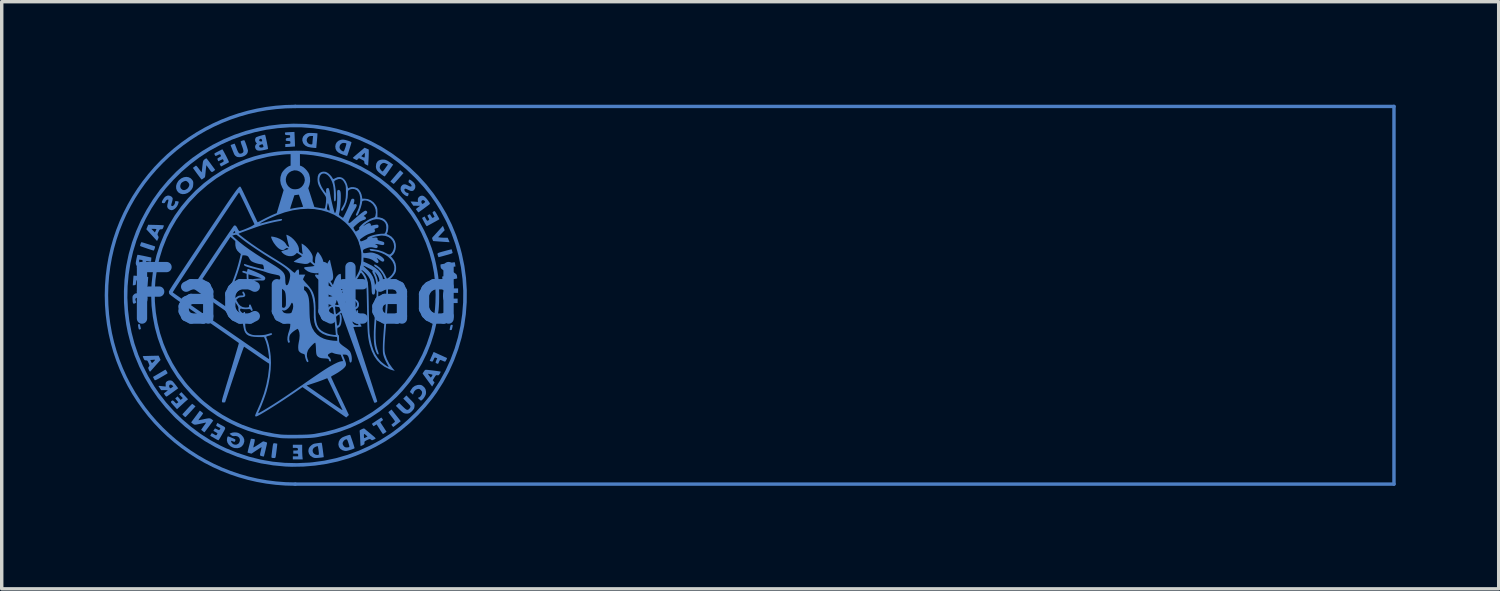
<source format=kicad_pcb>
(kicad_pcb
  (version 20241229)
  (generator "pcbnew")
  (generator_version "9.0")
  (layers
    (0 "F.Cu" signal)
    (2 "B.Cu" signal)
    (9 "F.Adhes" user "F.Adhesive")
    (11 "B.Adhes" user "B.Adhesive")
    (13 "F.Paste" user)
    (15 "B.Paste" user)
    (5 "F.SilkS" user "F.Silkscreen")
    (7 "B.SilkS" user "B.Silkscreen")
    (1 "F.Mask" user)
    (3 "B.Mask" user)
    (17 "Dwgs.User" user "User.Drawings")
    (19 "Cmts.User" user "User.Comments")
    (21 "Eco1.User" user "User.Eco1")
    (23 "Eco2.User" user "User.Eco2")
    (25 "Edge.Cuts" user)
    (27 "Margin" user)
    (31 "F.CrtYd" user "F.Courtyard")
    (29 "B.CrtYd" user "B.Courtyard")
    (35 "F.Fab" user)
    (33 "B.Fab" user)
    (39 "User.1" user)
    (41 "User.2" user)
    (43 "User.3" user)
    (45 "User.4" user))
  (footprint "Facultad"
    (layer "F.Cu")
    (at 5.55 5.55)
    (property "Reference" "Facultad" (at 0 0 0) (layer "B.Cu") (effects (font (size 1.5 1.5) (thickness 0.3))))
    (attr board_only exclude_from_pos_files exclude_from_bom)
    (fp_line (start 0 -5.5) (end 32 -5.5) (stroke (width 0.1) (type solid)) (layer "B.Cu"))
    (fp_line (start 0 5.5) (end 32 5.5) (stroke (width 0.1) (type solid)) (layer "B.Cu"))
    (fp_line (start 32 -5.5) (end 32 5.5) (stroke (width 0.1) (type solid)) (layer "B.Cu"))
    (fp_arc (start 0 5.5) (mid -5.5 0) (end 0 -5.5) (stroke (width 0.1) (type solid)) (layer "B.Cu"))
    (fp_poly (pts (xy -4.532 0.846) (xy -4.521 0.874) (xy -4.511 0.911) (xy -4.502 0.947) (xy -4.498 0.974) (xy -4.5 0.984) (xy -4.513 0.989) (xy -4.53 0.995) (xy -4.546 0.997) (xy -4.557 0.988) (xy -4.565 0.962) (xy -4.572 0.929) (xy -4.579 0.88) (xy -4.576 0.851) (xy -4.56 0.837) (xy -4.54 0.835)) (stroke (width 0) (type solid)) (fill yes) (layer "B.Cu"))
    (fp_poly (pts (xy 3.102 -3.601) (xy 3.15 -3.558) (xy 3.015 -3.403) (xy 2.968 -3.35) (xy 2.927 -3.304) (xy 2.895 -3.27) (xy 2.874 -3.249) (xy 2.869 -3.244) (xy 2.854 -3.25) (xy 2.827 -3.268) (xy 2.814 -3.278) (xy 2.77 -3.315) (xy 2.863 -3.424) (xy 2.907 -3.475) (xy 2.95 -3.526) (xy 2.987 -3.568) (xy 3.005 -3.588) (xy 3.054 -3.643)) (stroke (width 0) (type solid)) (fill yes) (layer "B.Cu"))
    (fp_poly (pts (xy 4.574 0.862) (xy 4.584 0.869) (xy 4.585 0.887) (xy 4.579 0.923) (xy 4.573 0.95) (xy 4.563 0.989) (xy 4.552 1.009) (xy 4.535 1.015) (xy 4.528 1.016) (xy 4.504 1.011) (xy 4.496 1.003) (xy 4.499 0.985) (xy 4.505 0.95) (xy 4.51 0.926) (xy 4.52 0.887) (xy 4.531 0.867) (xy 4.548 0.861) (xy 4.556 0.86)) (stroke (width 0) (type solid)) (fill yes) (layer "B.Cu"))
    (fp_poly (pts (xy -2.989 3.17) (xy -2.963 3.189) (xy -2.95 3.199) (xy -2.906 3.236) (xy -3.047 3.39) (xy -3.096 3.443) (xy -3.138 3.488) (xy -3.172 3.523) (xy -3.194 3.544) (xy -3.2 3.549) (xy -3.214 3.542) (xy -3.238 3.522) (xy -3.251 3.51) (xy -3.291 3.468) (xy -3.151 3.315) (xy -3.103 3.263) (xy -3.061 3.219) (xy -3.028 3.186) (xy -3.008 3.166) (xy -3.002 3.162)) (stroke (width 0) (type solid)) (fill yes) (layer "B.Cu"))
    (fp_poly (pts (xy -3.757 2.195) (xy -3.737 2.226) (xy -3.724 2.255) (xy -3.721 2.274) (xy -3.722 2.276) (xy -3.734 2.284) (xy -3.765 2.302) (xy -3.81 2.329) (xy -3.866 2.362) (xy -3.904 2.384) (xy -3.977 2.427) (xy -4.031 2.455) (xy -4.068 2.471) (xy -4.088 2.476) (xy -4.093 2.473) (xy -4.107 2.452) (xy -4.124 2.42) (xy -4.125 2.419) (xy -4.145 2.379) (xy -3.963 2.272) (xy -3.781 2.164)) (stroke (width 0) (type solid)) (fill yes) (layer "B.Cu"))
    (fp_poly (pts (xy 4.558 -1.328) (xy 4.565 -1.304) (xy 4.574 -1.269) (xy 4.581 -1.246) (xy 4.582 -1.238) (xy 4.577 -1.23) (xy 4.564 -1.221) (xy 4.538 -1.211) (xy 4.498 -1.198) (xy 4.441 -1.181) (xy 4.363 -1.16) (xy 4.292 -1.14) (xy 4.172 -1.108) (xy 4.161 -1.136) (xy 4.149 -1.17) (xy 4.142 -1.194) (xy 4.143 -1.213) (xy 4.156 -1.227) (xy 4.184 -1.24) (xy 4.228 -1.255) (xy 4.293 -1.273) (xy 4.338 -1.285) (xy 4.407 -1.304) (xy 4.467 -1.319) (xy 4.514 -1.331) (xy 4.543 -1.338) (xy 4.55 -1.34)) (stroke (width 0) (type solid)) (fill yes) (layer "B.Cu"))
    (fp_poly (pts (xy 4.326 -1.959) (xy 4.352 -1.896) (xy 4.256 -1.794) (xy 4.16 -1.692) (xy 4.209 -1.684) (xy 4.247 -1.68) (xy 4.299 -1.677) (xy 4.348 -1.676) (xy 4.44 -1.676) (xy 4.467 -1.611) (xy 4.494 -1.546) (xy 4.453 -1.548) (xy 4.426 -1.55) (xy 4.379 -1.553) (xy 4.317 -1.557) (xy 4.247 -1.562) (xy 4.214 -1.564) (xy 4.015 -1.579) (xy 3.997 -1.623) (xy 3.986 -1.654) (xy 3.988 -1.675) (xy 4.006 -1.698) (xy 4.008 -1.701) (xy 4.028 -1.722) (xy 4.061 -1.758) (xy 4.103 -1.805) (xy 4.15 -1.857) (xy 4.169 -1.878) (xy 4.3 -2.022)) (stroke (width 0) (type solid)) (fill yes) (layer "B.Cu"))
    (fp_poly (pts (xy -4.464 -1.543) (xy -4.429 -1.533) (xy -4.38 -1.518) (xy -4.323 -1.5) (xy -4.262 -1.481) (xy -4.202 -1.462) (xy -4.15 -1.446) (xy -4.11 -1.432) (xy -4.087 -1.424) (xy -4.084 -1.422) (xy -4.083 -1.407) (xy -4.089 -1.378) (xy -4.101 -1.344) (xy -4.114 -1.316) (xy -4.125 -1.302) (xy -4.126 -1.301) (xy -4.143 -1.306) (xy -4.179 -1.317) (xy -4.231 -1.334) (xy -4.294 -1.354) (xy -4.327 -1.366) (xy -4.392 -1.388) (xy -4.448 -1.408) (xy -4.49 -1.423) (xy -4.514 -1.433) (xy -4.519 -1.435) (xy -4.519 -1.45) (xy -4.513 -1.479) (xy -4.501 -1.511) (xy -4.489 -1.537) (xy -4.48 -1.546)) (stroke (width 0) (type solid)) (fill yes) (layer "B.Cu"))
    (fp_poly (pts (xy -0.608 4.309) (xy -0.588 4.312) (xy -0.586 4.312) (xy -0.551 4.317) (xy -0.529 4.322) (xy -0.525 4.323) (xy -0.525 4.337) (xy -0.528 4.37) (xy -0.533 4.419) (xy -0.54 4.477) (xy -0.548 4.54) (xy -0.556 4.601) (xy -0.564 4.656) (xy -0.571 4.699) (xy -0.571 4.7) (xy -0.579 4.729) (xy -0.596 4.74) (xy -0.619 4.741) (xy -0.655 4.738) (xy -0.68 4.734) (xy -0.688 4.729) (xy -0.693 4.719) (xy -0.694 4.698) (xy -0.691 4.663) (xy -0.685 4.61) (xy -0.677 4.544) (xy -0.666 4.46) (xy -0.658 4.398) (xy -0.651 4.356) (xy -0.643 4.328) (xy -0.635 4.314) (xy -0.623 4.308)) (stroke (width 0) (type solid)) (fill yes) (layer "B.Cu"))
    (fp_poly (pts (xy 2.834 3.366) (xy 2.853 3.39) (xy 2.884 3.43) (xy 2.923 3.479) (xy 2.966 3.532) (xy 2.968 3.535) (xy 3.072 3.667) (xy 2.966 3.751) (xy 2.922 3.786) (xy 2.885 3.814) (xy 2.861 3.832) (xy 2.853 3.836) (xy 2.842 3.826) (xy 2.823 3.804) (xy 2.822 3.802) (xy 2.798 3.769) (xy 2.841 3.735) (xy 2.872 3.71) (xy 2.896 3.691) (xy 2.9 3.688) (xy 2.903 3.677) (xy 2.893 3.655) (xy 2.87 3.62) (xy 2.833 3.57) (xy 2.813 3.545) (xy 2.775 3.496) (xy 2.743 3.454) (xy 2.721 3.423) (xy 2.711 3.408) (xy 2.711 3.408) (xy 2.72 3.396) (xy 2.744 3.375) (xy 2.758 3.364) (xy 2.804 3.328)) (stroke (width 0) (type solid)) (fill yes) (layer "B.Cu"))
    (fp_poly (pts (xy 0.201 4.488) (xy 0.201 4.555) (xy 0.204 4.623) (xy 0.207 4.681) (xy 0.209 4.702) (xy 0.217 4.781) (xy 0.073 4.781) (xy -0.071 4.781) (xy -0.071 4.736) (xy -0.071 4.691) (xy 0.006 4.691) (xy 0.084 4.691) (xy 0.084 4.652) (xy 0.083 4.63) (xy 0.075 4.618) (xy 0.054 4.614) (xy 0.014 4.613) (xy 0.013 4.613) (xy -0.058 4.613) (xy -0.058 4.568) (xy -0.058 4.522) (xy 0.006 4.522) (xy 0.05 4.52) (xy 0.073 4.512) (xy 0.079 4.494) (xy 0.076 4.473) (xy 0.068 4.456) (xy 0.051 4.448) (xy 0.019 4.445) (xy -0.002 4.445) (xy -0.071 4.445) (xy -0.071 4.399) (xy -0.071 4.354) (xy 0.065 4.354) (xy 0.201 4.354)) (stroke (width 0) (type solid)) (fill yes) (layer "B.Cu"))
    (fp_poly (pts (xy -3.219 2.924) (xy -3.123 3.028) (xy -3.168 3.067) (xy -3.196 3.091) (xy -3.237 3.128) (xy -3.285 3.172) (xy -3.329 3.212) (xy -3.445 3.319) (xy -3.539 3.215) (xy -3.58 3.169) (xy -3.606 3.138) (xy -3.619 3.118) (xy -3.621 3.104) (xy -3.616 3.092) (xy -3.61 3.086) (xy -3.587 3.066) (xy -3.565 3.064) (xy -3.539 3.081) (xy -3.51 3.11) (xy -3.483 3.139) (xy -3.466 3.151) (xy -3.451 3.149) (xy -3.435 3.137) (xy -3.405 3.115) (xy -3.451 3.06) (xy -3.497 3.004) (xy -3.463 2.975) (xy -3.429 2.945) (xy -3.384 2.996) (xy -3.338 3.047) (xy -3.307 3.021) (xy -3.276 2.994) (xy -3.33 2.939) (xy -3.384 2.884) (xy -3.35 2.852) (xy -3.316 2.821)) (stroke (width 0) (type solid)) (fill yes) (layer "B.Cu"))
    (fp_poly (pts (xy 2.531 3.59) (xy 2.551 3.618) (xy 2.551 3.638) (xy 2.529 3.656) (xy 2.517 3.664) (xy 2.491 3.681) (xy 2.478 3.693) (xy 2.478 3.694) (xy 2.485 3.708) (xy 2.502 3.736) (xy 2.521 3.766) (xy 2.553 3.814) (xy 2.589 3.869) (xy 2.611 3.903) (xy 2.658 3.976) (xy 2.607 4.01) (xy 2.576 4.03) (xy 2.556 4.042) (xy 2.553 4.043) (xy 2.545 4.033) (xy 2.526 4.005) (xy 2.498 3.963) (xy 2.465 3.912) (xy 2.459 3.902) (xy 2.369 3.76) (xy 2.325 3.787) (xy 2.281 3.815) (xy 2.257 3.784) (xy 2.24 3.759) (xy 2.232 3.745) (xy 2.242 3.736) (xy 2.27 3.716) (xy 2.312 3.688) (xy 2.363 3.654) (xy 2.37 3.649) (xy 2.507 3.56)) (stroke (width 0) (type solid)) (fill yes) (layer "B.Cu"))
    (fp_poly (pts (xy 4.742 -0.136) (xy 4.742 -0.071) (xy 4.596 -0.071) (xy 4.52 -0.07) (xy 4.467 -0.065) (xy 4.432 -0.056) (xy 4.412 -0.04) (xy 4.403 -0.016) (xy 4.401 0.013) (xy 4.404 0.046) (xy 4.415 0.069) (xy 4.438 0.084) (xy 4.476 0.093) (xy 4.535 0.096) (xy 4.589 0.097) (xy 4.729 0.097) (xy 4.729 0.162) (xy 4.729 0.226) (xy 4.577 0.226) (xy 4.509 0.226) (xy 4.46 0.223) (xy 4.426 0.218) (xy 4.4 0.21) (xy 4.384 0.201) (xy 4.341 0.164) (xy 4.314 0.113) (xy 4.303 0.045) (xy 4.302 0.019) (xy 4.307 -0.045) (xy 4.322 -0.096) (xy 4.33 -0.111) (xy 4.354 -0.146) (xy 4.383 -0.17) (xy 4.421 -0.187) (xy 4.473 -0.196) (xy 4.544 -0.2) (xy 4.592 -0.201) (xy 4.742 -0.201)) (stroke (width 0) (type solid)) (fill yes) (layer "B.Cu"))
    (fp_poly (pts (xy 3.669 2.615) (xy 3.7 2.631) (xy 3.706 2.635) (xy 3.76 2.682) (xy 3.793 2.735) (xy 3.807 2.8) (xy 3.807 2.804) (xy 3.808 2.85) (xy 3.8 2.89) (xy 3.78 2.935) (xy 3.776 2.942) (xy 3.749 2.986) (xy 3.719 3.024) (xy 3.7 3.042) (xy 3.661 3.072) (xy 3.61 3.028) (xy 3.581 3.001) (xy 3.573 2.986) (xy 3.581 2.983) (xy 3.615 2.971) (xy 3.649 2.941) (xy 3.676 2.9) (xy 3.69 2.857) (xy 3.693 2.82) (xy 3.684 2.794) (xy 3.661 2.766) (xy 3.656 2.762) (xy 3.627 2.736) (xy 3.601 2.726) (xy 3.569 2.728) (xy 3.512 2.75) (xy 3.469 2.793) (xy 3.445 2.842) (xy 3.429 2.893) (xy 3.384 2.854) (xy 3.338 2.816) (xy 3.371 2.754) (xy 3.419 2.686) (xy 3.483 2.639) (xy 3.559 2.614) (xy 3.587 2.61) (xy 3.635 2.609)) (stroke (width 0) (type solid)) (fill yes) (layer "B.Cu"))
    (fp_poly (pts (xy 3.355 3.039) (xy 3.404 3.089) (xy 3.437 3.125) (xy 3.458 3.152) (xy 3.469 3.174) (xy 3.473 3.194) (xy 3.474 3.214) (xy 3.47 3.258) (xy 3.459 3.298) (xy 3.456 3.303) (xy 3.429 3.341) (xy 3.39 3.383) (xy 3.347 3.419) (xy 3.323 3.434) (xy 3.277 3.446) (xy 3.221 3.447) (xy 3.168 3.435) (xy 3.144 3.424) (xy 3.118 3.404) (xy 3.08 3.371) (xy 3.038 3.33) (xy 3.018 3.31) (xy 2.93 3.221) (xy 2.976 3.177) (xy 3.022 3.132) (xy 3.115 3.224) (xy 3.17 3.277) (xy 3.211 3.312) (xy 3.241 3.332) (xy 3.265 3.338) (xy 3.286 3.333) (xy 3.304 3.322) (xy 3.333 3.293) (xy 3.351 3.262) (xy 3.355 3.246) (xy 3.352 3.231) (xy 3.341 3.211) (xy 3.318 3.184) (xy 3.28 3.144) (xy 3.254 3.118) (xy 3.145 3.008) (xy 3.19 2.963) (xy 3.236 2.917)) (stroke (width 0) (type solid)) (fill yes) (layer "B.Cu"))
    (fp_poly (pts (xy -4.061 -2.049) (xy -3.987 -2.047) (xy -3.923 -2.044) (xy -3.873 -2.041) (xy -3.84 -2.038) (xy -3.83 -2.036) (xy -3.83 -2.02) (xy -3.838 -1.99) (xy -3.844 -1.975) (xy -3.86 -1.941) (xy -3.876 -1.926) (xy -3.902 -1.922) (xy -3.908 -1.921) (xy -3.933 -1.92) (xy -3.95 -1.91) (xy -3.966 -1.887) (xy -3.985 -1.848) (xy -4.003 -1.807) (xy -4.011 -1.78) (xy -4.01 -1.76) (xy -4 -1.738) (xy -3.996 -1.731) (xy -3.983 -1.704) (xy -3.981 -1.683) (xy -3.989 -1.657) (xy -4 -1.635) (xy -4.026 -1.581) (xy -4.182 -1.752) (xy -4.338 -1.923) (xy -4.333 -1.934) (xy -4.191 -1.934) (xy -4.14 -1.882) (xy -4.09 -1.831) (xy -4.067 -1.873) (xy -4.052 -1.903) (xy -4.044 -1.923) (xy -4.044 -1.925) (xy -4.056 -1.93) (xy -4.086 -1.933) (xy -4.117 -1.934) (xy -4.191 -1.934) (xy -4.333 -1.934) (xy -4.311 -1.988) (xy -4.283 -2.054)) (stroke (width 0) (type solid)) (fill yes) (layer "B.Cu"))
    (fp_poly (pts (xy 2.08 -4.272) (xy 2.141 -4.245) (xy 2.14 -4.122) (xy 2.138 -4.05) (xy 2.135 -3.971) (xy 2.131 -3.899) (xy 2.13 -3.887) (xy 2.122 -3.775) (xy 2.067 -3.802) (xy 2.033 -3.821) (xy 2.017 -3.839) (xy 2.012 -3.865) (xy 2.012 -3.871) (xy 2.01 -3.895) (xy 2.001 -3.913) (xy 1.979 -3.929) (xy 1.939 -3.951) (xy 1.933 -3.954) (xy 1.854 -3.994) (xy 1.823 -3.964) (xy 1.792 -3.935) (xy 1.734 -3.963) (xy 1.701 -3.981) (xy 1.68 -3.996) (xy 1.677 -4.001) (xy 1.686 -4.013) (xy 1.713 -4.037) (xy 1.728 -4.051) (xy 1.921 -4.051) (xy 1.963 -4.029) (xy 1.993 -4.016) (xy 2.013 -4.013) (xy 2.015 -4.013) (xy 2.021 -4.029) (xy 2.024 -4.061) (xy 2.025 -4.086) (xy 2.025 -4.152) (xy 1.973 -4.102) (xy 1.921 -4.051) (xy 1.728 -4.051) (xy 1.753 -4.073) (xy 1.803 -4.116) (xy 1.848 -4.154) (xy 2.018 -4.298)) (stroke (width 0) (type solid)) (fill yes) (layer "B.Cu"))
    (fp_poly (pts (xy 0.462 -4.728) (xy 0.507 -4.727) (xy 0.563 -4.724) (xy 0.608 -4.72) (xy 0.638 -4.717) (xy 0.646 -4.715) (xy 0.646 -4.701) (xy 0.644 -4.666) (xy 0.641 -4.614) (xy 0.635 -4.549) (xy 0.631 -4.5) (xy 0.611 -4.289) (xy 0.577 -4.291) (xy 0.547 -4.293) (xy 0.501 -4.298) (xy 0.456 -4.303) (xy 0.366 -4.322) (xy 0.296 -4.357) (xy 0.245 -4.407) (xy 0.226 -4.439) (xy 0.205 -4.508) (xy 0.205 -4.51) (xy 0.332 -4.51) (xy 0.345 -4.464) (xy 0.374 -4.426) (xy 0.418 -4.401) (xy 0.463 -4.393) (xy 0.489 -4.397) (xy 0.498 -4.415) (xy 0.499 -4.429) (xy 0.501 -4.46) (xy 0.505 -4.506) (xy 0.509 -4.551) (xy 0.519 -4.639) (xy 0.462 -4.639) (xy 0.419 -4.634) (xy 0.386 -4.617) (xy 0.368 -4.601) (xy 0.339 -4.557) (xy 0.332 -4.51) (xy 0.205 -4.51) (xy 0.209 -4.574) (xy 0.236 -4.634) (xy 0.286 -4.684) (xy 0.321 -4.705) (xy 0.349 -4.718) (xy 0.377 -4.725) (xy 0.412 -4.729)) (stroke (width 0) (type solid)) (fill yes) (layer "B.Cu"))
    (fp_poly (pts (xy 2.593 -3.951) (xy 2.634 -3.942) (xy 2.676 -3.924) (xy 2.726 -3.894) (xy 2.778 -3.859) (xy 2.851 -3.807) (xy 2.733 -3.634) (xy 2.692 -3.576) (xy 2.656 -3.526) (xy 2.627 -3.488) (xy 2.607 -3.466) (xy 2.601 -3.461) (xy 2.586 -3.469) (xy 2.555 -3.488) (xy 2.515 -3.516) (xy 2.498 -3.529) (xy 2.434 -3.581) (xy 2.391 -3.625) (xy 2.364 -3.669) (xy 2.351 -3.715) (xy 2.35 -3.724) (xy 2.458 -3.724) (xy 2.461 -3.706) (xy 2.473 -3.678) (xy 2.495 -3.647) (xy 2.519 -3.621) (xy 2.54 -3.608) (xy 2.547 -3.607) (xy 2.559 -3.619) (xy 2.582 -3.647) (xy 2.612 -3.687) (xy 2.629 -3.711) (xy 2.7 -3.811) (xy 2.641 -3.837) (xy 2.604 -3.852) (xy 2.578 -3.856) (xy 2.551 -3.85) (xy 2.536 -3.844) (xy 2.495 -3.815) (xy 2.468 -3.772) (xy 2.458 -3.724) (xy 2.35 -3.724) (xy 2.348 -3.755) (xy 2.358 -3.831) (xy 2.386 -3.888) (xy 2.433 -3.928) (xy 2.497 -3.949) (xy 2.548 -3.953)) (stroke (width 0) (type solid)) (fill yes) (layer "B.Cu"))
    (fp_poly (pts (xy 4.22 1.737) (xy 4.285 1.766) (xy 4.341 1.792) (xy 4.385 1.811) (xy 4.411 1.824) (xy 4.418 1.827) (xy 4.417 1.841) (xy 4.407 1.867) (xy 4.391 1.897) (xy 4.375 1.922) (xy 4.363 1.934) (xy 4.362 1.934) (xy 4.342 1.929) (xy 4.309 1.916) (xy 4.291 1.908) (xy 4.256 1.893) (xy 4.229 1.884) (xy 4.223 1.883) (xy 4.211 1.894) (xy 4.195 1.921) (xy 4.186 1.941) (xy 4.171 1.974) (xy 4.16 1.995) (xy 4.157 1.998) (xy 4.144 1.993) (xy 4.117 1.984) (xy 4.096 1.974) (xy 4.087 1.962) (xy 4.09 1.94) (xy 4.104 1.903) (xy 4.113 1.881) (xy 4.134 1.833) (xy 4.096 1.82) (xy 4.074 1.814) (xy 4.059 1.818) (xy 4.046 1.838) (xy 4.031 1.871) (xy 4.013 1.91) (xy 3.998 1.929) (xy 3.979 1.932) (xy 3.949 1.922) (xy 3.948 1.922) (xy 3.915 1.909) (xy 3.939 1.854) (xy 3.958 1.81) (xy 3.981 1.757) (xy 3.996 1.725) (xy 4.029 1.651)) (stroke (width 0) (type solid)) (fill yes) (layer "B.Cu"))
    (fp_poly (pts (xy -4.698 -0.572) (xy -4.665 -0.57) (xy -4.616 -0.566) (xy -4.557 -0.561) (xy -4.494 -0.555) (xy -4.43 -0.549) (xy -4.372 -0.543) (xy -4.325 -0.538) (xy -4.293 -0.535) (xy -4.283 -0.533) (xy -4.284 -0.52) (xy -4.286 -0.487) (xy -4.29 -0.439) (xy -4.294 -0.398) (xy -4.305 -0.265) (xy -4.351 -0.265) (xy -4.397 -0.265) (xy -4.388 -0.343) (xy -4.38 -0.421) (xy -4.418 -0.421) (xy -4.447 -0.415) (xy -4.463 -0.395) (xy -4.47 -0.357) (xy -4.471 -0.335) (xy -4.472 -0.306) (xy -4.484 -0.294) (xy -4.511 -0.291) (xy -4.518 -0.291) (xy -4.565 -0.291) (xy -4.556 -0.362) (xy -4.552 -0.403) (xy -4.554 -0.425) (xy -4.563 -0.434) (xy -4.574 -0.435) (xy -4.604 -0.438) (xy -4.616 -0.439) (xy -4.628 -0.427) (xy -4.636 -0.392) (xy -4.639 -0.369) (xy -4.643 -0.328) (xy -4.65 -0.306) (xy -4.664 -0.297) (xy -4.689 -0.293) (xy -4.733 -0.289) (xy -4.723 -0.429) (xy -4.719 -0.486) (xy -4.715 -0.533) (xy -4.712 -0.563) (xy -4.711 -0.572)) (stroke (width 0) (type solid)) (fill yes) (layer "B.Cu"))
    (fp_poly (pts (xy -0.015 -4.548) (xy -0.012 -4.477) (xy -0.01 -4.416) (xy -0.009 -4.37) (xy -0.009 -4.341) (xy -0.009 -4.335) (xy -0.023 -4.333) (xy -0.057 -4.33) (xy -0.106 -4.327) (xy -0.152 -4.324) (xy -0.291 -4.317) (xy -0.291 -4.361) (xy -0.291 -4.405) (xy -0.217 -4.408) (xy -0.175 -4.411) (xy -0.153 -4.417) (xy -0.144 -4.428) (xy -0.142 -4.449) (xy -0.142 -4.451) (xy -0.144 -4.474) (xy -0.153 -4.486) (xy -0.175 -4.491) (xy -0.21 -4.494) (xy -0.25 -4.497) (xy -0.27 -4.503) (xy -0.277 -4.516) (xy -0.278 -4.534) (xy -0.271 -4.563) (xy -0.248 -4.579) (xy -0.206 -4.586) (xy -0.184 -4.587) (xy -0.159 -4.591) (xy -0.15 -4.607) (xy -0.149 -4.626) (xy -0.15 -4.648) (xy -0.158 -4.66) (xy -0.179 -4.664) (xy -0.219 -4.665) (xy -0.22 -4.665) (xy -0.261 -4.666) (xy -0.283 -4.671) (xy -0.294 -4.683) (xy -0.299 -4.698) (xy -0.302 -4.725) (xy -0.299 -4.739) (xy -0.284 -4.742) (xy -0.248 -4.747) (xy -0.198 -4.75) (xy -0.157 -4.752) (xy -0.024 -4.758)) (stroke (width 0) (type solid)) (fill yes) (layer "B.Cu"))
    (fp_poly (pts (xy -3.107 -3.438) (xy -3.046 -3.407) (xy -2.998 -3.356) (xy -2.981 -3.327) (xy -2.972 -3.297) (xy -2.971 -3.256) (xy -2.972 -3.228) (xy -2.978 -3.174) (xy -2.99 -3.133) (xy -3.012 -3.093) (xy -3.019 -3.083) (xy -3.074 -3.021) (xy -3.14 -2.976) (xy -3.211 -2.951) (xy -3.284 -2.945) (xy -3.351 -2.962) (xy -3.41 -3) (xy -3.449 -3.053) (xy -3.47 -3.115) (xy -3.47 -3.156) (xy -3.35 -3.156) (xy -3.332 -3.111) (xy -3.295 -3.078) (xy -3.293 -3.077) (xy -3.26 -3.064) (xy -3.232 -3.063) (xy -3.195 -3.074) (xy -3.183 -3.079) (xy -3.139 -3.109) (xy -3.105 -3.154) (xy -3.087 -3.204) (xy -3.086 -3.22) (xy -3.096 -3.255) (xy -3.122 -3.291) (xy -3.155 -3.319) (xy -3.188 -3.332) (xy -3.19 -3.332) (xy -3.232 -3.323) (xy -3.277 -3.302) (xy -3.314 -3.274) (xy -3.323 -3.263) (xy -3.347 -3.209) (xy -3.35 -3.156) (xy -3.47 -3.156) (xy -3.471 -3.183) (xy -3.452 -3.253) (xy -3.413 -3.321) (xy -3.383 -3.356) (xy -3.317 -3.407) (xy -3.246 -3.438) (xy -3.175 -3.449)) (stroke (width 0) (type solid)) (fill yes) (layer "B.Cu"))
    (fp_poly (pts (xy 3.349 -3.362) (xy 3.384 -3.34) (xy 3.421 -3.309) (xy 3.454 -3.277) (xy 3.475 -3.251) (xy 3.497 -3.192) (xy 3.494 -3.133) (xy 3.481 -3.099) (xy 3.45 -3.057) (xy 3.412 -3.038) (xy 3.364 -3.04) (xy 3.304 -3.064) (xy 3.284 -3.074) (xy 3.234 -3.099) (xy 3.2 -3.106) (xy 3.182 -3.094) (xy 3.177 -3.068) (xy 3.188 -3.037) (xy 3.214 -3.007) (xy 3.248 -2.986) (xy 3.268 -2.983) (xy 3.293 -2.976) (xy 3.3 -2.955) (xy 3.295 -2.923) (xy 3.282 -2.894) (xy 3.261 -2.884) (xy 3.23 -2.893) (xy 3.189 -2.917) (xy 3.128 -2.968) (xy 3.087 -3.024) (xy 3.067 -3.081) (xy 3.07 -3.137) (xy 3.085 -3.174) (xy 3.121 -3.215) (xy 3.164 -3.232) (xy 3.216 -3.228) (xy 3.278 -3.2) (xy 3.293 -3.191) (xy 3.34 -3.169) (xy 3.372 -3.166) (xy 3.389 -3.184) (xy 3.385 -3.205) (xy 3.367 -3.233) (xy 3.341 -3.26) (xy 3.314 -3.279) (xy 3.309 -3.281) (xy 3.3 -3.296) (xy 3.3 -3.323) (xy 3.307 -3.351) (xy 3.319 -3.369) (xy 3.325 -3.371)) (stroke (width 0) (type solid)) (fill yes) (layer "B.Cu"))
    (fp_poly (pts (xy 3.815 2.17) (xy 3.854 2.173) (xy 3.907 2.179) (xy 3.969 2.186) (xy 4.035 2.194) (xy 4.099 2.202) (xy 4.156 2.21) (xy 4.201 2.217) (xy 4.228 2.222) (xy 4.234 2.224) (xy 4.232 2.238) (xy 4.219 2.266) (xy 4.21 2.283) (xy 4.189 2.316) (xy 4.172 2.33) (xy 4.15 2.331) (xy 4.139 2.329) (xy 4.119 2.326) (xy 4.105 2.328) (xy 4.091 2.339) (xy 4.074 2.362) (xy 4.049 2.401) (xy 4.033 2.428) (xy 4.005 2.474) (xy 4.031 2.508) (xy 4.057 2.541) (xy 4.021 2.6) (xy 3.985 2.658) (xy 3.846 2.469) (xy 3.718 2.293) (xy 3.867 2.293) (xy 3.878 2.312) (xy 3.903 2.347) (xy 3.913 2.359) (xy 3.934 2.386) (xy 3.947 2.394) (xy 3.958 2.385) (xy 3.963 2.379) (xy 3.983 2.349) (xy 3.993 2.333) (xy 3.997 2.318) (xy 3.984 2.309) (xy 3.956 2.303) (xy 3.917 2.295) (xy 3.886 2.289) (xy 3.883 2.288) (xy 3.87 2.286) (xy 3.867 2.293) (xy 3.718 2.293) (xy 3.708 2.279) (xy 3.74 2.227) (xy 3.763 2.194) (xy 3.787 2.173) (xy 3.795 2.17)) (stroke (width 0) (type solid)) (fill yes) (layer "B.Cu"))
    (fp_poly (pts (xy -2.732 3.393) (xy -2.704 3.416) (xy -2.687 3.433) (xy -2.685 3.438) (xy -2.692 3.453) (xy -2.712 3.483) (xy -2.74 3.522) (xy -2.755 3.542) (xy -2.786 3.584) (xy -2.809 3.617) (xy -2.821 3.636) (xy -2.822 3.639) (xy -2.808 3.638) (xy -2.775 3.632) (xy -2.726 3.622) (xy -2.667 3.61) (xy -2.666 3.609) (xy -2.593 3.594) (xy -2.539 3.585) (xy -2.5 3.584) (xy -2.469 3.591) (xy -2.443 3.605) (xy -2.424 3.62) (xy -2.389 3.649) (xy -2.514 3.82) (xy -2.557 3.877) (xy -2.594 3.926) (xy -2.623 3.964) (xy -2.641 3.986) (xy -2.646 3.991) (xy -2.659 3.984) (xy -2.684 3.965) (xy -2.697 3.954) (xy -2.742 3.917) (xy -2.708 3.867) (xy -2.679 3.825) (xy -2.646 3.779) (xy -2.633 3.762) (xy -2.612 3.732) (xy -2.601 3.712) (xy -2.6 3.707) (xy -2.616 3.71) (xy -2.651 3.717) (xy -2.7 3.728) (xy -2.752 3.739) (xy -2.825 3.755) (xy -2.877 3.765) (xy -2.915 3.769) (xy -2.942 3.766) (xy -2.963 3.757) (xy -2.984 3.742) (xy -2.992 3.736) (xy -3.033 3.701) (xy -2.906 3.53) (xy -2.779 3.359)) (stroke (width 0) (type solid)) (fill yes) (layer "B.Cu"))
    (fp_poly (pts (xy -1.483 -4.514) (xy -1.481 -4.513) (xy -1.47 -4.492) (xy -1.453 -4.452) (xy -1.434 -4.401) (xy -1.415 -4.345) (xy -1.398 -4.291) (xy -1.385 -4.246) (xy -1.378 -4.216) (xy -1.378 -4.211) (xy -1.384 -4.17) (xy -1.398 -4.134) (xy -1.433 -4.091) (xy -1.486 -4.057) (xy -1.549 -4.033) (xy -1.616 -4.022) (xy -1.678 -4.026) (xy -1.712 -4.039) (xy -1.747 -4.064) (xy -1.773 -4.096) (xy -1.774 -4.098) (xy -1.785 -4.121) (xy -1.801 -4.16) (xy -1.82 -4.207) (xy -1.84 -4.258) (xy -1.859 -4.306) (xy -1.874 -4.345) (xy -1.882 -4.369) (xy -1.883 -4.373) (xy -1.872 -4.38) (xy -1.844 -4.391) (xy -1.824 -4.397) (xy -1.766 -4.417) (xy -1.749 -4.376) (xy -1.736 -4.343) (xy -1.717 -4.296) (xy -1.697 -4.244) (xy -1.696 -4.24) (xy -1.669 -4.179) (xy -1.643 -4.141) (xy -1.615 -4.125) (xy -1.58 -4.127) (xy -1.552 -4.138) (xy -1.527 -4.154) (xy -1.513 -4.173) (xy -1.509 -4.201) (xy -1.516 -4.242) (xy -1.534 -4.299) (xy -1.553 -4.353) (xy -1.572 -4.405) (xy -1.584 -4.448) (xy -1.59 -4.476) (xy -1.589 -4.484) (xy -1.567 -4.496) (xy -1.535 -4.507) (xy -1.504 -4.514)) (stroke (width 0) (type solid)) (fill yes) (layer "B.Cu"))
    (fp_poly (pts (xy 0.769 4.297) (xy 0.769 4.297) (xy 0.773 4.312) (xy 0.78 4.348) (xy 0.788 4.4) (xy 0.797 4.465) (xy 0.803 4.509) (xy 0.83 4.714) (xy 0.793 4.721) (xy 0.762 4.726) (xy 0.715 4.731) (xy 0.662 4.736) (xy 0.656 4.737) (xy 0.602 4.74) (xy 0.564 4.738) (xy 0.533 4.73) (xy 0.5 4.715) (xy 0.498 4.714) (xy 0.437 4.671) (xy 0.398 4.615) (xy 0.382 4.55) (xy 0.382 4.539) (xy 0.383 4.527) (xy 0.505 4.527) (xy 0.514 4.571) (xy 0.54 4.61) (xy 0.582 4.638) (xy 0.637 4.651) (xy 0.643 4.651) (xy 0.671 4.647) (xy 0.685 4.639) (xy 0.687 4.622) (xy 0.686 4.587) (xy 0.681 4.542) (xy 0.675 4.493) (xy 0.667 4.448) (xy 0.66 4.412) (xy 0.653 4.394) (xy 0.651 4.393) (xy 0.634 4.397) (xy 0.602 4.409) (xy 0.588 4.414) (xy 0.54 4.444) (xy 0.513 4.483) (xy 0.505 4.527) (xy 0.383 4.527) (xy 0.386 4.494) (xy 0.397 4.454) (xy 0.4 4.446) (xy 0.432 4.403) (xy 0.475 4.363) (xy 0.521 4.333) (xy 0.553 4.322) (xy 0.643 4.308) (xy 0.71 4.299) (xy 0.752 4.295)) (stroke (width 0) (type solid)) (fill yes) (layer "B.Cu"))
    (fp_poly (pts (xy 1.419 -4.531) (xy 1.464 -4.522) (xy 1.514 -4.508) (xy 1.563 -4.493) (xy 1.603 -4.477) (xy 1.63 -4.463) (xy 1.637 -4.455) (xy 1.633 -4.437) (xy 1.623 -4.401) (xy 1.608 -4.352) (xy 1.59 -4.294) (xy 1.571 -4.233) (xy 1.552 -4.175) (xy 1.534 -4.123) (xy 1.52 -4.084) (xy 1.511 -4.061) (xy 1.508 -4.058) (xy 1.493 -4.062) (xy 1.46 -4.072) (xy 1.416 -4.086) (xy 1.407 -4.089) (xy 1.316 -4.124) (xy 1.247 -4.164) (xy 1.201 -4.21) (xy 1.174 -4.265) (xy 1.168 -4.311) (xy 1.287 -4.311) (xy 1.297 -4.275) (xy 1.321 -4.239) (xy 1.354 -4.209) (xy 1.388 -4.192) (xy 1.409 -4.191) (xy 1.419 -4.204) (xy 1.433 -4.235) (xy 1.45 -4.28) (xy 1.458 -4.302) (xy 1.473 -4.351) (xy 1.484 -4.391) (xy 1.488 -4.415) (xy 1.488 -4.419) (xy 1.468 -4.431) (xy 1.433 -4.437) (xy 1.393 -4.436) (xy 1.365 -4.43) (xy 1.326 -4.404) (xy 1.298 -4.361) (xy 1.287 -4.312) (xy 1.287 -4.311) (xy 1.168 -4.311) (xy 1.165 -4.332) (xy 1.165 -4.335) (xy 1.177 -4.402) (xy 1.21 -4.459) (xy 1.261 -4.502) (xy 1.327 -4.528) (xy 1.384 -4.535)) (stroke (width 0) (type solid)) (fill yes) (layer "B.Cu"))
    (fp_poly (pts (xy -3.593 2.49) (xy -3.59 2.491) (xy -3.572 2.507) (xy -3.543 2.538) (xy -3.509 2.58) (xy -3.488 2.606) (xy -3.41 2.709) (xy -3.57 2.826) (xy -3.627 2.867) (xy -3.677 2.903) (xy -3.717 2.931) (xy -3.742 2.947) (xy -3.748 2.95) (xy -3.766 2.944) (xy -3.789 2.92) (xy -3.796 2.909) (xy -3.827 2.861) (xy -3.796 2.835) (xy -3.761 2.807) (xy -3.733 2.786) (xy -3.718 2.775) (xy -3.715 2.768) (xy -3.729 2.765) (xy -3.761 2.764) (xy -3.804 2.763) (xy -3.908 2.762) (xy -3.94 2.714) (xy -3.962 2.681) (xy -3.979 2.656) (xy -3.982 2.65) (xy -3.982 2.64) (xy -3.961 2.639) (xy -3.95 2.64) (xy -3.911 2.644) (xy -3.862 2.649) (xy -3.841 2.651) (xy -3.774 2.658) (xy -3.774 2.652) (xy -3.674 2.652) (xy -3.666 2.679) (xy -3.65 2.703) (xy -3.631 2.708) (xy -3.602 2.692) (xy -3.587 2.681) (xy -3.551 2.651) (xy -3.583 2.622) (xy -3.617 2.601) (xy -3.648 2.601) (xy -3.669 2.62) (xy -3.674 2.652) (xy -3.774 2.652) (xy -3.776 2.599) (xy -3.775 2.559) (xy -3.764 2.532) (xy -3.742 2.509) (xy -3.696 2.485) (xy -3.643 2.478)) (stroke (width 0) (type solid)) (fill yes) (layer "B.Cu"))
    (fp_poly (pts (xy -2.167 3.774) (xy -2.113 3.803) (xy -2.074 3.825) (xy -2.051 3.844) (xy -2.042 3.866) (xy -2.046 3.893) (xy -2.064 3.932) (xy -2.094 3.986) (xy -2.125 4.042) (xy -2.16 4.103) (xy -2.191 4.156) (xy -2.216 4.196) (xy -2.233 4.219) (xy -2.239 4.224) (xy -2.255 4.217) (xy -2.288 4.201) (xy -2.332 4.176) (xy -2.364 4.158) (xy -2.477 4.093) (xy -2.458 4.055) (xy -2.442 4.029) (xy -2.43 4.018) (xy -2.429 4.018) (xy -2.413 4.024) (xy -2.384 4.04) (xy -2.368 4.05) (xy -2.332 4.071) (xy -2.31 4.079) (xy -2.296 4.074) (xy -2.282 4.056) (xy -2.279 4.051) (xy -2.268 4.032) (xy -2.269 4.019) (xy -2.285 4.006) (xy -2.319 3.986) (xy -2.322 3.984) (xy -2.386 3.95) (xy -2.365 3.916) (xy -2.349 3.891) (xy -2.341 3.878) (xy -2.341 3.878) (xy -2.329 3.881) (xy -2.301 3.893) (xy -2.278 3.904) (xy -2.242 3.921) (xy -2.222 3.926) (xy -2.209 3.921) (xy -2.199 3.908) (xy -2.183 3.883) (xy -2.187 3.867) (xy -2.212 3.852) (xy -2.216 3.851) (xy -2.253 3.832) (xy -2.281 3.816) (xy -2.3 3.801) (xy -2.302 3.786) (xy -2.29 3.759) (xy -2.29 3.758) (xy -2.27 3.719)) (stroke (width 0) (type solid)) (fill yes) (layer "B.Cu"))
    (fp_poly (pts (xy -3.951 1.821) (xy -3.923 1.883) (xy -3.955 1.918) (xy -3.976 1.942) (xy -4.009 1.979) (xy -4.051 2.026) (xy -4.096 2.078) (xy -4.101 2.083) (xy -4.144 2.132) (xy -4.182 2.174) (xy -4.21 2.206) (xy -4.225 2.223) (xy -4.226 2.224) (xy -4.237 2.221) (xy -4.252 2.198) (xy -4.263 2.175) (xy -4.278 2.138) (xy -4.283 2.116) (xy -4.278 2.099) (xy -4.265 2.082) (xy -4.252 2.064) (xy -4.247 2.048) (xy -4.252 2.026) (xy -4.265 1.991) (xy -4.273 1.973) (xy -4.292 1.931) (xy -4.307 1.908) (xy -4.324 1.898) (xy -4.347 1.896) (xy -4.35 1.896) (xy -4.377 1.893) (xy -4.39 1.885) (xy -4.223 1.885) (xy -4.202 1.929) (xy -4.187 1.958) (xy -4.175 1.973) (xy -4.173 1.973) (xy -4.16 1.965) (xy -4.136 1.943) (xy -4.121 1.928) (xy -4.097 1.901) (xy -4.084 1.883) (xy -4.083 1.879) (xy -4.098 1.877) (xy -4.131 1.878) (xy -4.156 1.88) (xy -4.223 1.885) (xy -4.39 1.885) (xy -4.395 1.882) (xy -4.411 1.855) (xy -4.42 1.836) (xy -4.434 1.801) (xy -4.441 1.778) (xy -4.442 1.772) (xy -4.428 1.771) (xy -4.393 1.769) (xy -4.341 1.768) (xy -4.275 1.766) (xy -4.209 1.764) (xy -3.98 1.759)) (stroke (width 0) (type solid)) (fill yes) (layer "B.Cu"))
    (fp_poly (pts (xy 1.599 4.066) (xy 1.606 4.081) (xy 1.619 4.116) (xy 1.636 4.165) (xy 1.656 4.222) (xy 1.676 4.282) (xy 1.695 4.341) (xy 1.711 4.392) (xy 1.722 4.43) (xy 1.727 4.451) (xy 1.727 4.452) (xy 1.716 4.462) (xy 1.685 4.476) (xy 1.642 4.492) (xy 1.592 4.508) (xy 1.542 4.522) (xy 1.499 4.532) (xy 1.468 4.535) (xy 1.427 4.529) (xy 1.381 4.515) (xy 1.37 4.511) (xy 1.31 4.471) (xy 1.272 4.418) (xy 1.256 4.352) (xy 1.256 4.334) (xy 1.259 4.314) (xy 1.378 4.314) (xy 1.387 4.352) (xy 1.41 4.39) (xy 1.412 4.392) (xy 1.44 4.419) (xy 1.471 4.43) (xy 1.499 4.432) (xy 1.537 4.429) (xy 1.564 4.423) (xy 1.569 4.421) (xy 1.575 4.41) (xy 1.573 4.386) (xy 1.562 4.346) (xy 1.548 4.302) (xy 1.53 4.249) (xy 1.516 4.217) (xy 1.504 4.201) (xy 1.49 4.195) (xy 1.48 4.196) (xy 1.445 4.21) (xy 1.411 4.241) (xy 1.386 4.28) (xy 1.378 4.314) (xy 1.259 4.314) (xy 1.268 4.26) (xy 1.303 4.196) (xy 1.357 4.148) (xy 1.358 4.147) (xy 1.393 4.129) (xy 1.438 4.11) (xy 1.487 4.092) (xy 1.534 4.077) (xy 1.572 4.067) (xy 1.595 4.065)) (stroke (width 0) (type solid)) (fill yes) (layer "B.Cu"))
    (fp_poly (pts (xy 3.713 -2.899) (xy 3.747 -2.886) (xy 3.785 -2.856) (xy 3.829 -2.809) (xy 3.881 -2.74) (xy 3.881 -2.739) (xy 3.908 -2.7) (xy 3.92 -2.676) (xy 3.919 -2.661) (xy 3.913 -2.653) (xy 3.897 -2.64) (xy 3.866 -2.616) (xy 3.824 -2.585) (xy 3.776 -2.549) (xy 3.725 -2.511) (xy 3.676 -2.476) (xy 3.634 -2.446) (xy 3.603 -2.424) (xy 3.587 -2.414) (xy 3.586 -2.413) (xy 3.577 -2.423) (xy 3.558 -2.447) (xy 3.547 -2.462) (xy 3.512 -2.51) (xy 3.54 -2.533) (xy 3.57 -2.557) (xy 3.601 -2.581) (xy 3.636 -2.606) (xy 3.538 -2.607) (xy 3.44 -2.607) (xy 3.399 -2.666) (xy 3.376 -2.699) (xy 3.361 -2.722) (xy 3.358 -2.729) (xy 3.37 -2.731) (xy 3.401 -2.73) (xy 3.447 -2.728) (xy 3.466 -2.727) (xy 3.574 -2.72) (xy 3.573 -2.724) (xy 3.671 -2.724) (xy 3.678 -2.692) (xy 3.692 -2.668) (xy 3.707 -2.661) (xy 3.73 -2.673) (xy 3.752 -2.69) (xy 3.777 -2.711) (xy 3.783 -2.725) (xy 3.773 -2.741) (xy 3.766 -2.749) (xy 3.734 -2.77) (xy 3.704 -2.77) (xy 3.681 -2.754) (xy 3.671 -2.724) (xy 3.573 -2.724) (xy 3.568 -2.762) (xy 3.572 -2.814) (xy 3.596 -2.858) (xy 3.636 -2.889) (xy 3.686 -2.902)) (stroke (width 0) (type solid)) (fill yes) (layer "B.Cu"))
    (fp_poly (pts (xy -4.34 -0.072) (xy -4.327 -0.042) (xy -4.315 -0.000132) (xy -4.306 0.046) (xy -4.302 0.09) (xy -4.302 0.091) (xy -4.31 0.165) (xy -4.335 0.22) (xy -4.376 0.255) (xy -4.387 0.26) (xy -4.427 0.274) (xy -4.457 0.276) (xy -4.488 0.266) (xy -4.496 0.261) (xy -4.524 0.235) (xy -4.553 0.184) (xy -4.562 0.161) (xy -4.588 0.107) (xy -4.612 0.078) (xy -4.633 0.075) (xy -4.651 0.096) (xy -4.658 0.123) (xy -4.65 0.158) (xy -4.646 0.168) (xy -4.635 0.198) (xy -4.637 0.215) (xy -4.655 0.228) (xy -4.667 0.234) (xy -4.696 0.245) (xy -4.716 0.242) (xy -4.729 0.221) (xy -4.737 0.179) (xy -4.74 0.125) (xy -4.742 0.074) (xy -4.74 0.041) (xy -4.733 0.018) (xy -4.719 -0.003) (xy -4.706 -0.017) (xy -4.675 -0.044) (xy -4.643 -0.056) (xy -4.61 -0.058) (xy -4.565 -0.053) (xy -4.534 -0.036) (xy -4.51 -0.002) (xy -4.49 0.054) (xy -4.49 0.055) (xy -4.469 0.11) (xy -4.447 0.139) (xy -4.424 0.143) (xy -4.412 0.136) (xy -4.396 0.107) (xy -4.395 0.066) (xy -4.407 0.019) (xy -4.413 0.005) (xy -4.426 -0.022) (xy -4.43 -0.037) (xy -4.429 -0.038) (xy -4.398 -0.059) (xy -4.37 -0.077) (xy -4.353 -0.084) (xy -4.353 -0.084)) (stroke (width 0) (type solid)) (fill yes) (layer "B.Cu"))
    (fp_poly (pts (xy -3.645 -2.895) (xy -3.602 -2.87) (xy -3.574 -2.835) (xy -3.571 -2.827) (xy -3.571 -2.803) (xy -3.578 -2.762) (xy -3.591 -2.715) (xy -3.592 -2.711) (xy -3.608 -2.658) (xy -3.613 -2.624) (xy -3.608 -2.607) (xy -3.607 -2.606) (xy -3.583 -2.596) (xy -3.556 -2.607) (xy -3.53 -2.632) (xy -3.51 -2.668) (xy -3.5 -2.709) (xy -3.5 -2.716) (xy -3.498 -2.736) (xy -3.486 -2.744) (xy -3.457 -2.741) (xy -3.452 -2.741) (xy -3.419 -2.735) (xy -3.399 -2.729) (xy -3.398 -2.728) (xy -3.397 -2.713) (xy -3.405 -2.682) (xy -3.419 -2.643) (xy -3.437 -2.605) (xy -3.452 -2.581) (xy -3.49 -2.536) (xy -3.535 -2.501) (xy -3.581 -2.481) (xy -3.602 -2.478) (xy -3.636 -2.485) (xy -3.674 -2.501) (xy -3.678 -2.503) (xy -3.714 -2.537) (xy -3.73 -2.581) (xy -3.725 -2.64) (xy -3.72 -2.658) (xy -3.709 -2.703) (xy -3.699 -2.743) (xy -3.697 -2.754) (xy -3.695 -2.78) (xy -3.706 -2.787) (xy -3.722 -2.786) (xy -3.752 -2.77) (xy -3.779 -2.73) (xy -3.797 -2.698) (xy -3.815 -2.684) (xy -3.84 -2.682) (xy -3.846 -2.683) (xy -3.876 -2.689) (xy -3.887 -2.706) (xy -3.881 -2.735) (xy -3.863 -2.773) (xy -3.82 -2.839) (xy -3.775 -2.881) (xy -3.724 -2.902) (xy -3.693 -2.905)) (stroke (width 0) (type solid)) (fill yes) (layer "B.Cu"))
    (fp_poly (pts (xy -2.576 -3.976) (xy -2.552 -3.947) (xy -2.519 -3.905) (xy -2.479 -3.852) (xy -2.454 -3.817) (xy -2.332 -3.652) (xy -2.363 -3.627) (xy -2.395 -3.603) (xy -2.418 -3.591) (xy -2.437 -3.593) (xy -2.459 -3.61) (xy -2.486 -3.646) (xy -2.513 -3.683) (xy -2.588 -3.788) (xy -2.596 -3.738) (xy -2.601 -3.702) (xy -2.607 -3.649) (xy -2.612 -3.59) (xy -2.614 -3.57) (xy -2.619 -3.516) (xy -2.624 -3.473) (xy -2.629 -3.445) (xy -2.631 -3.44) (xy -2.646 -3.425) (xy -2.673 -3.405) (xy -2.701 -3.385) (xy -2.723 -3.372) (xy -2.728 -3.371) (xy -2.738 -3.381) (xy -2.76 -3.408) (xy -2.791 -3.449) (xy -2.83 -3.501) (xy -2.859 -3.54) (xy -2.982 -3.71) (xy -2.947 -3.737) (xy -2.918 -3.758) (xy -2.897 -3.774) (xy -2.896 -3.775) (xy -2.882 -3.771) (xy -2.856 -3.746) (xy -2.819 -3.699) (xy -2.806 -3.682) (xy -2.774 -3.639) (xy -2.748 -3.605) (xy -2.732 -3.586) (xy -2.728 -3.582) (xy -2.725 -3.596) (xy -2.72 -3.63) (xy -2.714 -3.68) (xy -2.707 -3.741) (xy -2.706 -3.753) (xy -2.698 -3.821) (xy -2.692 -3.869) (xy -2.685 -3.901) (xy -2.676 -3.923) (xy -2.664 -3.938) (xy -2.647 -3.954) (xy -2.645 -3.956) (xy -2.615 -3.977) (xy -2.593 -3.988) (xy -2.588 -3.988)) (stroke (width 0) (type solid)) (fill yes) (layer "B.Cu"))
    (fp_poly (pts (xy -2.115 -4.24) (xy -2.097 -4.211) (xy -2.073 -4.168) (xy -2.045 -4.115) (xy -2.015 -4.059) (xy -1.987 -4.003) (xy -1.962 -3.952) (xy -1.943 -3.91) (xy -1.932 -3.883) (xy -1.931 -3.875) (xy -1.946 -3.866) (xy -1.979 -3.847) (xy -2.023 -3.823) (xy -2.052 -3.808) (xy -2.163 -3.75) (xy -2.185 -3.789) (xy -2.199 -3.815) (xy -2.204 -3.83) (xy -2.203 -3.83) (xy -2.191 -3.837) (xy -2.163 -3.851) (xy -2.154 -3.856) (xy -2.112 -3.878) (xy -2.09 -3.895) (xy -2.084 -3.911) (xy -2.091 -3.93) (xy -2.092 -3.932) (xy -2.104 -3.955) (xy -2.11 -3.964) (xy -2.122 -3.96) (xy -2.15 -3.948) (xy -2.177 -3.935) (xy -2.241 -3.903) (xy -2.256 -3.935) (xy -2.267 -3.962) (xy -2.267 -3.98) (xy -2.25 -3.996) (xy -2.215 -4.016) (xy -2.214 -4.017) (xy -2.181 -4.037) (xy -2.166 -4.051) (xy -2.166 -4.067) (xy -2.171 -4.078) (xy -2.183 -4.099) (xy -2.197 -4.106) (xy -2.221 -4.1) (xy -2.258 -4.082) (xy -2.297 -4.064) (xy -2.32 -4.059) (xy -2.334 -4.068) (xy -2.347 -4.091) (xy -2.356 -4.118) (xy -2.35 -4.133) (xy -2.346 -4.136) (xy -2.324 -4.149) (xy -2.289 -4.168) (xy -2.246 -4.19) (xy -2.202 -4.213) (xy -2.163 -4.233) (xy -2.135 -4.246) (xy -2.124 -4.251)) (stroke (width 0) (type solid)) (fill yes) (layer "B.Cu"))
    (fp_poly (pts (xy -1.7 3.998) (xy -1.658 4.01) (xy -1.622 4.029) (xy -1.581 4.058) (xy -1.566 4.071) (xy -1.514 4.131) (xy -1.487 4.196) (xy -1.485 4.264) (xy -1.509 4.336) (xy -1.511 4.342) (xy -1.555 4.399) (xy -1.614 4.437) (xy -1.684 4.454) (xy -1.762 4.45) (xy -1.816 4.436) (xy -1.885 4.4) (xy -1.939 4.35) (xy -1.976 4.29) (xy -1.992 4.224) (xy -1.986 4.16) (xy -1.975 4.128) (xy -1.965 4.11) (xy -1.962 4.108) (xy -1.943 4.113) (xy -1.908 4.126) (xy -1.865 4.144) (xy -1.82 4.163) (xy -1.78 4.181) (xy -1.754 4.195) (xy -1.748 4.199) (xy -1.743 4.22) (xy -1.751 4.243) (xy -1.762 4.264) (xy -1.775 4.269) (xy -1.8 4.261) (xy -1.811 4.257) (xy -1.842 4.244) (xy -1.861 4.238) (xy -1.863 4.238) (xy -1.87 4.247) (xy -1.865 4.27) (xy -1.849 4.299) (xy -1.844 4.306) (xy -1.804 4.338) (xy -1.755 4.352) (xy -1.705 4.348) (xy -1.66 4.325) (xy -1.636 4.298) (xy -1.614 4.242) (xy -1.615 4.19) (xy -1.636 4.146) (xy -1.674 4.114) (xy -1.728 4.099) (xy -1.773 4.1) (xy -1.812 4.102) (xy -1.841 4.092) (xy -1.87 4.071) (xy -1.914 4.034) (xy -1.873 4.013) (xy -1.824 3.998) (xy -1.762 3.993)) (stroke (width 0) (type solid)) (fill yes) (layer "B.Cu"))
    (fp_poly (pts (xy -1.242 4.183) (xy -1.207 4.187) (xy -1.183 4.195) (xy -1.181 4.197) (xy -1.178 4.214) (xy -1.183 4.25) (xy -1.193 4.298) (xy -1.196 4.312) (xy -1.208 4.362) (xy -1.218 4.403) (xy -1.222 4.428) (xy -1.223 4.431) (xy -1.213 4.429) (xy -1.185 4.415) (xy -1.144 4.391) (xy -1.094 4.359) (xy -1.08 4.35) (xy -0.937 4.254) (xy -0.88 4.268) (xy -0.839 4.281) (xy -0.822 4.298) (xy -0.822 4.302) (xy -0.824 4.32) (xy -0.832 4.356) (xy -0.843 4.406) (xy -0.857 4.464) (xy -0.871 4.526) (xy -0.886 4.585) (xy -0.899 4.636) (xy -0.909 4.675) (xy -0.915 4.695) (xy -0.916 4.697) (xy -0.929 4.695) (xy -0.959 4.69) (xy -0.974 4.686) (xy -1.001 4.679) (xy -1.018 4.671) (xy -1.025 4.655) (xy -1.025 4.627) (xy -1.016 4.584) (xy -1.003 4.529) (xy -0.992 4.481) (xy -0.985 4.444) (xy -0.982 4.424) (xy -0.982 4.423) (xy -0.993 4.428) (xy -1.022 4.446) (xy -1.064 4.473) (xy -1.115 4.507) (xy -1.13 4.516) (xy -1.275 4.613) (xy -1.333 4.599) (xy -1.367 4.588) (xy -1.388 4.579) (xy -1.391 4.576) (xy -1.387 4.561) (xy -1.379 4.526) (xy -1.366 4.474) (xy -1.351 4.411) (xy -1.341 4.374) (xy -1.292 4.179)) (stroke (width 0) (type solid)) (fill yes) (layer "B.Cu"))
    (fp_poly (pts (xy 4.07 -2.441) (xy 4.09 -2.413) (xy 4.118 -2.367) (xy 4.133 -2.34) (xy 4.16 -2.291) (xy 4.182 -2.25) (xy 4.195 -2.223) (xy 4.197 -2.214) (xy 4.183 -2.206) (xy 4.152 -2.188) (xy 4.107 -2.163) (xy 4.055 -2.134) (xy 3.999 -2.103) (xy 3.945 -2.073) (xy 3.896 -2.047) (xy 3.858 -2.026) (xy 3.836 -2.014) (xy 3.831 -2.012) (xy 3.821 -2.021) (xy 3.814 -2.028) (xy 3.802 -2.047) (xy 3.782 -2.081) (xy 3.759 -2.123) (xy 3.735 -2.167) (xy 3.714 -2.207) (xy 3.699 -2.237) (xy 3.694 -2.249) (xy 3.704 -2.26) (xy 3.729 -2.275) (xy 3.731 -2.276) (xy 3.768 -2.296) (xy 3.803 -2.231) (xy 3.826 -2.192) (xy 3.842 -2.173) (xy 3.858 -2.171) (xy 3.878 -2.183) (xy 3.883 -2.186) (xy 3.897 -2.199) (xy 3.9 -2.212) (xy 3.891 -2.234) (xy 3.879 -2.257) (xy 3.861 -2.29) (xy 3.851 -2.314) (xy 3.849 -2.32) (xy 3.86 -2.331) (xy 3.883 -2.346) (xy 3.907 -2.358) (xy 3.92 -2.361) (xy 3.929 -2.351) (xy 3.945 -2.325) (xy 3.959 -2.303) (xy 3.979 -2.27) (xy 3.993 -2.255) (xy 4.007 -2.256) (xy 4.024 -2.266) (xy 4.056 -2.286) (xy 4.023 -2.352) (xy 4.004 -2.39) (xy 3.999 -2.413) (xy 4.009 -2.429) (xy 4.036 -2.447) (xy 4.044 -2.451) (xy 4.056 -2.452)) (stroke (width 0) (type solid)) (fill yes) (layer "B.Cu"))
    (fp_poly (pts (xy -1.364 -0.765) (xy -1.325 -0.751) (xy -1.273 -0.731) (xy -1.213 -0.707) (xy -1.151 -0.681) (xy -1.092 -0.654) (xy -1.056 -0.637) (xy -0.979 -0.598) (xy -0.924 -0.565) (xy -0.89 -0.537) (xy -0.874 -0.511) (xy -0.874 -0.485) (xy -0.889 -0.456) (xy -0.892 -0.452) (xy -0.903 -0.44) (xy -0.92 -0.433) (xy -0.949 -0.43) (xy -0.994 -0.43) (xy -1.027 -0.431) (xy -1.138 -0.43) (xy -1.227 -0.417) (xy -1.295 -0.393) (xy -1.332 -0.368) (xy -1.359 -0.345) (xy -1.378 -0.331) (xy -1.381 -0.33) (xy -1.387 -0.342) (xy -1.395 -0.371) (xy -1.402 -0.403) (xy -1.411 -0.462) (xy -1.416 -0.525) (xy -1.417 -0.543) (xy -1.365 -0.543) (xy -1.363 -0.493) (xy -1.357 -0.455) (xy -1.349 -0.435) (xy -1.346 -0.433) (xy -1.333 -0.438) (xy -1.305 -0.449) (xy -1.292 -0.455) (xy -1.255 -0.465) (xy -1.199 -0.475) (xy -1.133 -0.482) (xy -1.109 -0.484) (xy -0.976 -0.492) (xy -1.17 -0.551) (xy -1.365 -0.611) (xy -1.365 -0.543) (xy -1.417 -0.543) (xy -1.417 -0.551) (xy -1.417 -0.625) (xy -1.482 -0.647) (xy -1.522 -0.661) (xy -1.541 -0.673) (xy -1.543 -0.687) (xy -1.536 -0.702) (xy -1.524 -0.711) (xy -1.501 -0.71) (xy -1.466 -0.7) (xy -1.406 -0.683) (xy -1.398 -0.726) (xy -1.391 -0.755) (xy -1.385 -0.77) (xy -1.385 -0.77)) (stroke (width 0) (type solid)) (fill yes) (layer "B.Cu"))
    (fp_poly (pts (xy -4.583 -1.178) (xy -4.548 -1.173) (xy -4.497 -1.163) (xy -4.433 -1.151) (xy -4.392 -1.142) (xy -4.192 -1.099) (xy -4.195 -1.043) (xy -4.198 -1.007) (xy -4.202 -0.984) (xy -4.204 -0.98) (xy -4.22 -0.979) (xy -4.252 -0.982) (xy -4.279 -0.987) (xy -4.318 -0.994) (xy -4.344 -0.997) (xy -4.351 -0.997) (xy -4.345 -0.986) (xy -4.326 -0.961) (xy -4.298 -0.927) (xy -4.295 -0.924) (xy -4.264 -0.886) (xy -4.247 -0.86) (xy -4.241 -0.836) (xy -4.242 -0.807) (xy -4.244 -0.789) (xy -4.25 -0.75) (xy -4.258 -0.722) (xy -4.262 -0.715) (xy -4.273 -0.72) (xy -4.295 -0.742) (xy -4.324 -0.777) (xy -4.334 -0.79) (xy -4.396 -0.875) (xy -4.43 -0.843) (xy -4.475 -0.811) (xy -4.518 -0.802) (xy -4.567 -0.814) (xy -4.611 -0.843) (xy -4.633 -0.88) (xy -4.642 -0.905) (xy -4.646 -0.929) (xy -4.644 -0.959) (xy -4.638 -0.998) (xy -4.548 -0.998) (xy -4.541 -0.957) (xy -4.526 -0.939) (xy -4.503 -0.928) (xy -4.488 -0.93) (xy -4.468 -0.947) (xy -4.45 -0.973) (xy -4.445 -1.001) (xy -4.452 -1.022) (xy -4.467 -1.029) (xy -4.498 -1.032) (xy -4.519 -1.037) (xy -4.538 -1.039) (xy -4.547 -1.028) (xy -4.548 -0.998) (xy -4.638 -0.998) (xy -4.637 -1.002) (xy -4.628 -1.05) (xy -4.617 -1.103) (xy -4.607 -1.146) (xy -4.599 -1.172) (xy -4.597 -1.178)) (stroke (width 0) (type solid)) (fill yes) (layer "B.Cu"))
    (fp_poly (pts (xy 2.012 3.883) (xy 2.022 3.89) (xy 2.04 3.905) (xy 2.073 3.934) (xy 2.118 3.971) (xy 2.168 4.013) (xy 2.174 4.017) (xy 2.239 4.072) (xy 2.286 4.111) (xy 2.317 4.139) (xy 2.334 4.158) (xy 2.339 4.171) (xy 2.333 4.18) (xy 2.318 4.189) (xy 2.296 4.199) (xy 2.293 4.2) (xy 2.257 4.217) (xy 2.235 4.222) (xy 2.22 4.217) (xy 2.209 4.208) (xy 2.19 4.193) (xy 2.171 4.188) (xy 2.145 4.193) (xy 2.106 4.21) (xy 2.082 4.221) (xy 2.043 4.242) (xy 2.022 4.258) (xy 2.014 4.274) (xy 2.015 4.297) (xy 2.015 4.298) (xy 2.015 4.324) (xy 2.005 4.341) (xy 1.979 4.358) (xy 1.964 4.366) (xy 1.93 4.382) (xy 1.908 4.391) (xy 1.903 4.393) (xy 1.901 4.381) (xy 1.898 4.347) (xy 1.895 4.296) (xy 1.892 4.233) (xy 1.89 4.196) (xy 1.887 4.124) (xy 1.885 4.094) (xy 1.999 4.094) (xy 2.001 4.131) (xy 2.005 4.155) (xy 2.009 4.159) (xy 2.026 4.154) (xy 2.055 4.14) (xy 2.061 4.136) (xy 2.104 4.114) (xy 2.074 4.088) (xy 2.036 4.055) (xy 2.014 4.04) (xy 2.003 4.042) (xy 1.999 4.063) (xy 1.999 4.094) (xy 1.885 4.094) (xy 1.883 4.06) (xy 1.879 4.007) (xy 1.876 3.973) (xy 1.875 3.965) (xy 1.874 3.945) (xy 1.884 3.929) (xy 1.911 3.913) (xy 1.934 3.902) (xy 1.972 3.885) (xy 1.996 3.879)) (stroke (width 0) (type solid)) (fill yes) (layer "B.Cu"))
    (fp_poly (pts (xy -0.88 -4.675) (xy -0.874 -4.659) (xy -0.865 -4.624) (xy -0.853 -4.574) (xy -0.84 -4.515) (xy -0.827 -4.453) (xy -0.815 -4.391) (xy -0.804 -4.336) (xy -0.797 -4.293) (xy -0.793 -4.267) (xy -0.793 -4.262) (xy -0.813 -4.253) (xy -0.851 -4.243) (xy -0.9 -4.232) (xy -0.953 -4.222) (xy -1.003 -4.215) (xy -1.043 -4.212) (xy -1.048 -4.212) (xy -1.093 -4.216) (xy -1.126 -4.232) (xy -1.139 -4.244) (xy -1.165 -4.285) (xy -1.171 -4.332) (xy -1.169 -4.339) (xy -1.051 -4.339) (xy -1.049 -4.33) (xy -1.03 -4.309) (xy -0.996 -4.301) (xy -0.954 -4.307) (xy -0.946 -4.31) (xy -0.929 -4.32) (xy -0.927 -4.338) (xy -0.937 -4.37) (xy -0.938 -4.372) (xy -0.948 -4.393) (xy -0.963 -4.398) (xy -0.993 -4.391) (xy -1.032 -4.375) (xy -1.049 -4.36) (xy -1.051 -4.339) (xy -1.169 -4.339) (xy -1.158 -4.376) (xy -1.144 -4.394) (xy -1.117 -4.421) (xy -1.144 -4.45) (xy -1.166 -4.489) (xy -1.168 -4.509) (xy -1.053 -4.509) (xy -1.038 -4.491) (xy -1.038 -4.491) (xy -1.014 -4.481) (xy -0.987 -4.48) (xy -0.967 -4.488) (xy -0.964 -4.495) (xy -0.967 -4.512) (xy -0.972 -4.533) (xy -0.988 -4.555) (xy -1.013 -4.558) (xy -1.039 -4.542) (xy -1.047 -4.531) (xy -1.053 -4.509) (xy -1.168 -4.509) (xy -1.171 -4.536) (xy -1.158 -4.579) (xy -1.144 -4.599) (xy -1.124 -4.609) (xy -1.088 -4.623) (xy -1.041 -4.639) (xy -0.991 -4.653) (xy -0.944 -4.666) (xy -0.905 -4.674) (xy -0.883 -4.676)) (stroke (width 0) (type solid)) (fill yes) (layer "B.Cu"))
    (fp_poly (pts (xy 4.646 -0.961) (xy 4.65 -0.947) (xy 4.655 -0.917) (xy 4.658 -0.898) (xy 4.667 -0.838) (xy 4.543 -0.822) (xy 4.49 -0.814) (xy 4.448 -0.806) (xy 4.424 -0.8) (xy 4.419 -0.797) (xy 4.43 -0.788) (xy 4.458 -0.768) (xy 4.5 -0.739) (xy 4.552 -0.706) (xy 4.561 -0.701) (xy 4.619 -0.664) (xy 4.659 -0.637) (xy 4.684 -0.617) (xy 4.698 -0.6) (xy 4.706 -0.581) (xy 4.71 -0.558) (xy 4.711 -0.554) (xy 4.715 -0.519) (xy 4.715 -0.495) (xy 4.713 -0.49) (xy 4.698 -0.486) (xy 4.663 -0.479) (xy 4.613 -0.47) (xy 4.551 -0.461) (xy 4.54 -0.459) (xy 4.473 -0.449) (xy 4.413 -0.439) (xy 4.364 -0.432) (xy 4.335 -0.427) (xy 4.333 -0.427) (xy 4.309 -0.424) (xy 4.296 -0.431) (xy 4.289 -0.453) (xy 4.285 -0.481) (xy 4.281 -0.517) (xy 4.279 -0.541) (xy 4.28 -0.545) (xy 4.294 -0.548) (xy 4.327 -0.554) (xy 4.374 -0.561) (xy 4.403 -0.565) (xy 4.455 -0.572) (xy 4.495 -0.58) (xy 4.519 -0.586) (xy 4.522 -0.589) (xy 4.512 -0.599) (xy 4.484 -0.619) (xy 4.442 -0.648) (xy 4.39 -0.681) (xy 4.381 -0.687) (xy 4.324 -0.724) (xy 4.284 -0.75) (xy 4.259 -0.771) (xy 4.244 -0.788) (xy 4.237 -0.807) (xy 4.233 -0.83) (xy 4.232 -0.833) (xy 4.229 -0.869) (xy 4.23 -0.893) (xy 4.231 -0.897) (xy 4.245 -0.901) (xy 4.279 -0.908) (xy 4.329 -0.916) (xy 4.387 -0.926) (xy 4.45 -0.936) (xy 4.512 -0.945) (xy 4.568 -0.953) (xy 4.612 -0.959) (xy 4.639 -0.961)) (stroke (width 0) (type solid)) (fill yes) (layer "B.Cu"))
    (fp_poly (pts (xy 0.295 -4.99) (xy 0.648 -4.957) (xy 1 -4.899) (xy 1.208 -4.852) (xy 1.547 -4.756) (xy 1.876 -4.636) (xy 2.194 -4.494) (xy 2.501 -4.331) (xy 2.794 -4.147) (xy 3.073 -3.944) (xy 3.337 -3.723) (xy 3.586 -3.484) (xy 3.818 -3.229) (xy 4.031 -2.958) (xy 4.226 -2.673) (xy 4.402 -2.374) (xy 4.556 -2.063) (xy 4.689 -1.74) (xy 4.799 -1.407) (xy 4.852 -1.208) (xy 4.925 -0.857) (xy 4.973 -0.504) (xy 4.996 -0.151) (xy 4.994 0.201) (xy 4.968 0.551) (xy 4.918 0.897) (xy 4.843 1.239) (xy 4.745 1.575) (xy 4.623 1.903) (xy 4.479 2.223) (xy 4.311 2.532) (xy 4.121 2.831) (xy 3.998 3.002) (xy 3.796 3.251) (xy 3.574 3.492) (xy 3.337 3.72) (xy 3.088 3.93) (xy 2.892 4.077) (xy 2.626 4.252) (xy 2.344 4.412) (xy 2.052 4.556) (xy 1.755 4.679) (xy 1.56 4.748) (xy 1.242 4.84) (xy 0.912 4.911) (xy 0.576 4.961) (xy 0.239 4.989) (xy -0.095 4.995) (xy -0.285 4.988) (xy -0.645 4.954) (xy -0.998 4.896) (xy -1.345 4.813) (xy -1.682 4.706) (xy -2.011 4.575) (xy -2.329 4.422) (xy -2.635 4.246) (xy -2.93 4.047) (xy -3.211 3.827) (xy -3.478 3.586) (xy -3.532 3.532) (xy -3.775 3.271) (xy -3.999 2.994) (xy -4.201 2.704) (xy -4.382 2.4) (xy -4.541 2.085) (xy -4.677 1.76) (xy -4.79 1.426) (xy -4.878 1.085) (xy -4.923 0.856) (xy -4.966 0.539) (xy -4.989 0.212) (xy -4.99 0.071) (xy -4.89 0.071) (xy -4.873 0.409) (xy -4.833 0.745) (xy -4.769 1.079) (xy -4.683 1.408) (xy -4.572 1.732) (xy -4.439 2.049) (xy -4.282 2.359) (xy -4.102 2.659) (xy -3.975 2.845) (xy -3.767 3.115) (xy -3.539 3.37) (xy -3.293 3.61) (xy -3.032 3.833) (xy -2.758 4.037) (xy -2.472 4.22) (xy -2.177 4.38) (xy -2.023 4.453) (xy -1.688 4.589) (xy -1.349 4.7) (xy -1.007 4.786) (xy -0.66 4.846) (xy -0.31 4.88) (xy 0.045 4.889) (xy 0.405 4.873) (xy 0.502 4.864) (xy 0.845 4.817) (xy 1.184 4.745) (xy 1.518 4.649) (xy 1.845 4.529) (xy 2.164 4.386) (xy 2.472 4.221) (xy 2.767 4.034) (xy 2.83 3.99) (xy 3.06 3.815) (xy 3.287 3.618) (xy 3.506 3.405) (xy 3.713 3.18) (xy 3.903 2.949) (xy 4.021 2.787) (xy 4.211 2.492) (xy 4.378 2.187) (xy 4.521 1.873) (xy 4.642 1.55) (xy 4.739 1.221) (xy 4.812 0.887) (xy 4.862 0.549) (xy 4.889 0.209) (xy 4.892 -0.133) (xy 4.87 -0.475) (xy 4.825 -0.815) (xy 4.756 -1.152) (xy 4.663 -1.485) (xy 4.546 -1.812) (xy 4.404 -2.132) (xy 4.38 -2.18) (xy 4.24 -2.443) (xy 4.09 -2.688) (xy 3.926 -2.921) (xy 3.745 -3.145) (xy 3.544 -3.366) (xy 3.456 -3.456) (xy 3.235 -3.667) (xy 3.012 -3.855) (xy 2.784 -4.025) (xy 2.544 -4.181) (xy 2.289 -4.325) (xy 2.18 -4.38) (xy 1.86 -4.526) (xy 1.533 -4.648) (xy 1.2 -4.745) (xy 0.862 -4.818) (xy 0.521 -4.866) (xy 0.179 -4.891) (xy -0.165 -4.891) (xy -0.507 -4.867) (xy -0.847 -4.82) (xy -1.184 -4.748) (xy -1.517 -4.652) (xy -1.843 -4.533) (xy -2.161 -4.39) (xy -2.471 -4.223) (xy -2.522 -4.193) (xy -2.792 -4.016) (xy -3.055 -3.817) (xy -3.308 -3.599) (xy -3.546 -3.365) (xy -3.767 -3.119) (xy -3.966 -2.863) (xy -3.99 -2.83) (xy -4.184 -2.535) (xy -4.354 -2.23) (xy -4.5 -1.917) (xy -4.624 -1.597) (xy -4.724 -1.27) (xy -4.8 -0.939) (xy -4.853 -0.604) (xy -4.883 -0.267) (xy -4.89 0.071) (xy -4.99 0.071) (xy -4.991 -0.12) (xy -4.974 -0.45) (xy -4.937 -0.772) (xy -4.923 -0.857) (xy -4.852 -1.199) (xy -4.756 -1.536) (xy -4.637 -1.864) (xy -4.495 -2.183) (xy -4.33 -2.492) (xy -4.145 -2.79) (xy -3.939 -3.074) (xy -3.713 -3.344) (xy -3.469 -3.597) (xy -3.207 -3.834) (xy -3.002 -3.998) (xy -2.711 -4.201) (xy -2.407 -4.382) (xy -2.093 -4.54) (xy -1.77 -4.676) (xy -1.439 -4.788) (xy -1.1 -4.876) (xy -0.756 -4.941) (xy -0.408 -4.982) (xy -0.057 -4.998)) (stroke (width 0) (type solid)) (fill yes) (layer "B.Cu"))
    (fp_poly (pts (xy 0.158 -4.21) (xy 0.281 -4.206) (xy 0.369 -4.2) (xy 0.694 -4.158) (xy 1.012 -4.092) (xy 1.323 -4.002) (xy 1.626 -3.888) (xy 1.918 -3.752) (xy 2.198 -3.594) (xy 2.467 -3.415) (xy 2.721 -3.215) (xy 2.96 -2.996) (xy 3.182 -2.757) (xy 3.323 -2.584) (xy 3.478 -2.368) (xy 3.623 -2.133) (xy 3.756 -1.885) (xy 3.874 -1.63) (xy 3.973 -1.373) (xy 4.032 -1.187) (xy 4.07 -1.045) (xy 4.105 -0.888) (xy 4.136 -0.725) (xy 4.161 -0.566) (xy 4.169 -0.505) (xy 4.178 -0.41) (xy 4.184 -0.296) (xy 4.189 -0.17) (xy 4.191 -0.038) (xy 4.19 0.094) (xy 4.188 0.218) (xy 4.182 0.33) (xy 4.175 0.421) (xy 4.125 0.753) (xy 4.051 1.077) (xy 3.953 1.39) (xy 3.833 1.693) (xy 3.689 1.984) (xy 3.522 2.263) (xy 3.334 2.53) (xy 3.122 2.784) (xy 2.958 2.957) (xy 2.715 3.181) (xy 2.458 3.384) (xy 2.188 3.564) (xy 1.904 3.722) (xy 1.608 3.858) (xy 1.299 3.972) (xy 0.978 4.063) (xy 0.646 4.131) (xy 0.576 4.142) (xy 0.519 4.148) (xy 0.442 4.154) (xy 0.348 4.159) (xy 0.242 4.163) (xy 0.129 4.166) (xy 0.014 4.168) (xy -0.1 4.168) (xy -0.206 4.168) (xy -0.301 4.166) (xy -0.379 4.163) (xy -0.433 4.159) (xy -0.761 4.111) (xy -1.081 4.038) (xy -1.393 3.942) (xy -1.696 3.823) (xy -1.987 3.681) (xy -2.266 3.518) (xy -2.531 3.333) (xy -2.782 3.128) (xy -2.789 3.122) (xy -3.027 2.892) (xy -3.245 2.648) (xy -3.441 2.39) (xy -3.615 2.12) (xy -3.768 1.839) (xy -3.898 1.547) (xy -4.005 1.247) (xy -4.089 0.94) (xy -4.149 0.625) (xy -4.186 0.306) (xy -4.198 -0.018) (xy -4.194 -0.133) (xy -4.093 -0.133) (xy -4.089 0.18) (xy -4.062 0.492) (xy -4.011 0.801) (xy -3.937 1.105) (xy -3.839 1.403) (xy -3.717 1.695) (xy -3.573 1.978) (xy -3.406 2.251) (xy -3.216 2.512) (xy -3.202 2.53) (xy -3.139 2.606) (xy -3.061 2.693) (xy -2.975 2.786) (xy -2.885 2.878) (xy -2.796 2.966) (xy -2.714 3.044) (xy -2.653 3.098) (xy -2.393 3.301) (xy -2.122 3.481) (xy -1.838 3.638) (xy -1.543 3.772) (xy -1.238 3.882) (xy -0.924 3.969) (xy -0.601 4.031) (xy -0.421 4.055) (xy -0.378 4.058) (xy -0.314 4.061) (xy -0.234 4.063) (xy -0.142 4.064) (xy -0.043 4.064) (xy 0.052 4.063) (xy 0.175 4.062) (xy 0.276 4.059) (xy 0.361 4.056) (xy 0.433 4.051) (xy 0.498 4.045) (xy 0.56 4.037) (xy 0.583 4.033) (xy 0.868 3.979) (xy 1.15 3.906) (xy 1.422 3.817) (xy 1.682 3.712) (xy 1.924 3.593) (xy 1.966 3.57) (xy 2.246 3.4) (xy 2.509 3.21) (xy 2.755 3.002) (xy 2.983 2.777) (xy 3.192 2.537) (xy 3.382 2.281) (xy 3.551 2.012) (xy 3.698 1.73) (xy 3.823 1.437) (xy 3.926 1.132) (xy 3.96 1.007) (xy 4.008 0.803) (xy 4.044 0.608) (xy 4.068 0.414) (xy 4.082 0.214) (xy 4.087 -0.002) (xy 4.087 -0.032) (xy 4.075 -0.343) (xy 4.043 -0.642) (xy 3.988 -0.934) (xy 3.91 -1.221) (xy 3.808 -1.51) (xy 3.802 -1.526) (xy 3.675 -1.814) (xy 3.53 -2.087) (xy 3.363 -2.346) (xy 3.175 -2.594) (xy 2.964 -2.832) (xy 2.892 -2.906) (xy 2.655 -3.127) (xy 2.408 -3.325) (xy 2.148 -3.5) (xy 1.875 -3.655) (xy 1.587 -3.79) (xy 1.379 -3.871) (xy 1.181 -3.935) (xy 0.966 -3.992) (xy 0.744 -4.04) (xy 0.522 -4.077) (xy 0.309 -4.1) (xy 0.268 -4.103) (xy 0.136 -4.112) (xy 0.136 -3.944) (xy 0.136 -3.777) (xy 0.184 -3.76) (xy 0.234 -3.732) (xy 0.287 -3.687) (xy 0.338 -3.632) (xy 0.381 -3.572) (xy 0.405 -3.522) (xy 0.429 -3.423) (xy 0.432 -3.318) (xy 0.413 -3.215) (xy 0.406 -3.196) (xy 0.379 -3.117) (xy 0.467 -2.846) (xy 0.492 -2.767) (xy 0.515 -2.697) (xy 0.534 -2.64) (xy 0.547 -2.598) (xy 0.555 -2.576) (xy 0.555 -2.573) (xy 0.568 -2.569) (xy 0.6 -2.563) (xy 0.644 -2.555) (xy 0.695 -2.546) (xy 0.746 -2.537) (xy 0.791 -2.53) (xy 0.824 -2.526) (xy 0.834 -2.525) (xy 0.85 -2.526) (xy 0.861 -2.534) (xy 0.87 -2.556) (xy 0.877 -2.595) (xy 0.882 -2.62) (xy 0.89 -2.681) (xy 0.896 -2.743) (xy 0.898 -2.79) (xy 0.897 -2.837) (xy 0.887 -2.872) (xy 0.866 -2.909) (xy 0.855 -2.926) (xy 0.79 -3.019) (xy 0.739 -3.096) (xy 0.702 -3.161) (xy 0.676 -3.218) (xy 0.66 -3.27) (xy 0.651 -3.322) (xy 0.649 -3.36) (xy 0.7 -3.36) (xy 0.71 -3.303) (xy 0.733 -3.234) (xy 0.767 -3.159) (xy 0.809 -3.086) (xy 0.855 -3.021) (xy 0.855 -3.021) (xy 0.903 -2.963) (xy 0.896 -3.025) (xy 0.897 -3.076) (xy 0.911 -3.11) (xy 0.935 -3.125) (xy 0.968 -3.118) (xy 0.973 -3.114) (xy 0.982 -3.098) (xy 0.992 -3.062) (xy 1.004 -3.011) (xy 1.015 -2.95) (xy 1.015 -2.95) (xy 1.028 -2.88) (xy 1.043 -2.803) (xy 1.061 -2.722) (xy 1.08 -2.642) (xy 1.098 -2.566) (xy 1.116 -2.5) (xy 1.131 -2.447) (xy 1.143 -2.411) (xy 1.151 -2.398) (xy 1.164 -2.401) (xy 1.177 -2.427) (xy 1.189 -2.471) (xy 1.2 -2.531) (xy 1.21 -2.603) (xy 1.216 -2.683) (xy 1.22 -2.767) (xy 1.221 -2.853) (xy 1.221 -2.871) (xy 1.219 -2.944) (xy 1.219 -2.994) (xy 1.221 -3.028) (xy 1.226 -3.048) (xy 1.233 -3.06) (xy 1.239 -3.065) (xy 1.269 -3.071) (xy 1.296 -3.055) (xy 1.315 -3.021) (xy 1.315 -3.02) (xy 1.323 -2.973) (xy 1.326 -2.907) (xy 1.326 -2.826) (xy 1.323 -2.736) (xy 1.316 -2.644) (xy 1.307 -2.553) (xy 1.296 -2.471) (xy 1.282 -2.403) (xy 1.276 -2.379) (xy 1.271 -2.355) (xy 1.276 -2.337) (xy 1.294 -2.318) (xy 1.322 -2.298) (xy 1.355 -2.276) (xy 1.381 -2.261) (xy 1.389 -2.258) (xy 1.399 -2.269) (xy 1.417 -2.3) (xy 1.441 -2.346) (xy 1.469 -2.403) (xy 1.499 -2.466) (xy 1.529 -2.532) (xy 1.556 -2.596) (xy 1.579 -2.654) (xy 1.596 -2.699) (xy 1.615 -2.752) (xy 1.629 -2.785) (xy 1.643 -2.803) (xy 1.658 -2.811) (xy 1.665 -2.812) (xy 1.7 -2.809) (xy 1.719 -2.788) (xy 1.721 -2.749) (xy 1.712 -2.704) (xy 1.702 -2.664) (xy 1.7 -2.646) (xy 1.706 -2.645) (xy 1.709 -2.647) (xy 1.735 -2.657) (xy 1.756 -2.657) (xy 1.783 -2.644) (xy 1.79 -2.616) (xy 1.776 -2.572) (xy 1.743 -2.512) (xy 1.733 -2.497) (xy 1.695 -2.436) (xy 1.657 -2.371) (xy 1.622 -2.306) (xy 1.591 -2.244) (xy 1.567 -2.19) (xy 1.552 -2.148) (xy 1.548 -2.122) (xy 1.55 -2.117) (xy 1.562 -2.107) (xy 1.577 -2.106) (xy 1.596 -2.114) (xy 1.625 -2.136) (xy 1.667 -2.172) (xy 1.687 -2.191) (xy 1.777 -2.27) (xy 1.857 -2.337) (xy 1.925 -2.392) (xy 1.981 -2.432) (xy 2.021 -2.457) (xy 2.045 -2.465) (xy 2.077 -2.454) (xy 2.094 -2.427) (xy 2.094 -2.402) (xy 2.081 -2.382) (xy 2.053 -2.357) (xy 2.034 -2.342) (xy 2.004 -2.319) (xy 1.992 -2.307) (xy 1.998 -2.301) (xy 2.009 -2.299) (xy 2.039 -2.284) (xy 2.057 -2.256) (xy 2.056 -2.226) (xy 2.039 -2.211) (xy 2.007 -2.196) (xy 1.993 -2.192) (xy 1.947 -2.175) (xy 1.898 -2.151) (xy 1.886 -2.144) (xy 1.853 -2.119) (xy 1.812 -2.086) (xy 1.77 -2.049) (xy 1.732 -2.014) (xy 1.705 -1.986) (xy 1.696 -1.974) (xy 1.698 -1.958) (xy 1.711 -1.929) (xy 1.73 -1.897) (xy 1.749 -1.87) (xy 1.763 -1.857) (xy 1.765 -1.857) (xy 1.78 -1.863) (xy 1.807 -1.88) (xy 1.821 -1.89) (xy 1.857 -1.917) (xy 1.869 -1.937) (xy 1.858 -1.949) (xy 1.855 -1.95) (xy 1.853 -1.961) (xy 1.869 -1.985) (xy 1.897 -2.018) (xy 1.935 -2.056) (xy 1.979 -2.096) (xy 2.012 -2.122) (xy 2.102 -2.183) (xy 2.194 -2.231) (xy 2.267 -2.257) (xy 2.303 -2.27) (xy 2.323 -2.288) (xy 2.335 -2.32) (xy 2.348 -2.41) (xy 2.338 -2.498) (xy 2.307 -2.579) (xy 2.258 -2.651) (xy 2.193 -2.707) (xy 2.114 -2.746) (xy 2.079 -2.756) (xy 2.032 -2.761) (xy 1.99 -2.756) (xy 1.959 -2.744) (xy 1.947 -2.725) (xy 1.947 -2.725) (xy 1.943 -2.688) (xy 1.93 -2.633) (xy 1.912 -2.569) (xy 1.89 -2.503) (xy 1.867 -2.441) (xy 1.85 -2.403) (xy 1.828 -2.356) (xy 1.812 -2.329) (xy 1.799 -2.318) (xy 1.786 -2.319) (xy 1.78 -2.322) (xy 1.768 -2.33) (xy 1.764 -2.341) (xy 1.769 -2.36) (xy 1.783 -2.393) (xy 1.8 -2.428) (xy 1.847 -2.538) (xy 1.877 -2.646) (xy 1.892 -2.75) (xy 1.891 -2.846) (xy 1.874 -2.932) (xy 1.842 -3.003) (xy 1.795 -3.057) (xy 1.781 -3.067) (xy 1.722 -3.093) (xy 1.656 -3.098) (xy 1.593 -3.083) (xy 1.575 -3.073) (xy 1.554 -3.059) (xy 1.541 -3.044) (xy 1.535 -3.022) (xy 1.533 -2.985) (xy 1.533 -2.952) (xy 1.523 -2.836) (xy 1.495 -2.715) (xy 1.451 -2.599) (xy 1.395 -2.497) (xy 1.388 -2.486) (xy 1.369 -2.463) (xy 1.355 -2.459) (xy 1.342 -2.469) (xy 1.334 -2.482) (xy 1.334 -2.498) (xy 1.346 -2.524) (xy 1.369 -2.564) (xy 1.409 -2.635) (xy 1.438 -2.7) (xy 1.457 -2.767) (xy 1.469 -2.843) (xy 1.474 -2.933) (xy 1.475 -2.995) (xy 1.475 -3.071) (xy 1.473 -3.127) (xy 1.47 -3.167) (xy 1.464 -3.198) (xy 1.455 -3.226) (xy 1.445 -3.248) (xy 1.406 -3.319) (xy 1.365 -3.365) (xy 1.318 -3.387) (xy 1.265 -3.387) (xy 1.203 -3.365) (xy 1.201 -3.364) (xy 1.162 -3.344) (xy 1.142 -3.329) (xy 1.135 -3.313) (xy 1.138 -3.292) (xy 1.138 -3.288) (xy 1.162 -3.168) (xy 1.176 -3.062) (xy 1.183 -2.961) (xy 1.184 -2.916) (xy 1.183 -2.843) (xy 1.181 -2.793) (xy 1.175 -2.761) (xy 1.167 -2.744) (xy 1.153 -2.737) (xy 1.147 -2.737) (xy 1.139 -2.739) (xy 1.133 -2.75) (xy 1.129 -2.772) (xy 1.127 -2.809) (xy 1.125 -2.866) (xy 1.125 -2.928) (xy 1.122 -3.043) (xy 1.113 -3.139) (xy 1.098 -3.222) (xy 1.074 -3.297) (xy 1.041 -3.371) (xy 0.996 -3.444) (xy 0.946 -3.497) (xy 0.894 -3.531) (xy 0.842 -3.547) (xy 0.794 -3.543) (xy 0.753 -3.52) (xy 0.722 -3.478) (xy 0.704 -3.418) (xy 0.7 -3.36) (xy 0.649 -3.36) (xy 0.648 -3.377) (xy 0.648 -3.377) (xy 0.655 -3.46) (xy 0.677 -3.523) (xy 0.716 -3.566) (xy 0.772 -3.593) (xy 0.813 -3.6) (xy 0.871 -3.598) (xy 0.921 -3.58) (xy 0.966 -3.55) (xy 1.014 -3.506) (xy 1.056 -3.458) (xy 1.083 -3.415) (xy 1.096 -3.393) (xy 1.11 -3.386) (xy 1.134 -3.394) (xy 1.162 -3.409) (xy 1.232 -3.439) (xy 1.3 -3.443) (xy 1.364 -3.425) (xy 1.42 -3.384) (xy 1.468 -3.322) (xy 1.505 -3.24) (xy 1.515 -3.204) (xy 1.539 -3.114) (xy 1.577 -3.134) (xy 1.628 -3.149) (xy 1.691 -3.15) (xy 1.754 -3.139) (xy 1.808 -3.117) (xy 1.822 -3.109) (xy 1.864 -3.064) (xy 1.902 -3.003) (xy 1.93 -2.933) (xy 1.942 -2.877) (xy 1.951 -2.814) (xy 2.018 -2.814) (xy 2.113 -2.802) (xy 2.201 -2.766) (xy 2.278 -2.709) (xy 2.34 -2.634) (xy 2.359 -2.602) (xy 2.375 -2.569) (xy 2.385 -2.538) (xy 2.391 -2.503) (xy 2.393 -2.455) (xy 2.393 -2.405) (xy 2.393 -2.274) (xy 2.457 -2.266) (xy 2.54 -2.244) (xy 2.61 -2.2) (xy 2.664 -2.136) (xy 2.676 -2.115) (xy 2.696 -2.073) (xy 2.707 -2.039) (xy 2.71 -2) (xy 2.708 -1.954) (xy 2.702 -1.901) (xy 2.692 -1.854) (xy 2.682 -1.824) (xy 2.661 -1.785) (xy 2.724 -1.756) (xy 2.803 -1.707) (xy 2.865 -1.64) (xy 2.902 -1.574) (xy 2.925 -1.498) (xy 2.931 -1.416) (xy 2.92 -1.334) (xy 2.894 -1.258) (xy 2.855 -1.195) (xy 2.818 -1.161) (xy 2.783 -1.135) (xy 2.825 -1.088) (xy 2.883 -1.01) (xy 2.919 -0.93) (xy 2.935 -0.842) (xy 2.937 -0.802) (xy 2.936 -0.746) (xy 2.931 -0.706) (xy 2.92 -0.671) (xy 2.9 -0.632) (xy 2.899 -0.629) (xy 2.863 -0.577) (xy 2.816 -0.523) (xy 2.766 -0.477) (xy 2.719 -0.445) (xy 2.713 -0.442) (xy 2.696 -0.432) (xy 2.688 -0.416) (xy 2.689 -0.388) (xy 2.692 -0.363) (xy 2.696 -0.318) (xy 2.699 -0.252) (xy 2.7 -0.17) (xy 2.7 -0.077) (xy 2.699 0.023) (xy 2.697 0.124) (xy 2.693 0.222) (xy 2.688 0.311) (xy 2.685 0.359) (xy 2.68 0.424) (xy 2.673 0.508) (xy 2.665 0.606) (xy 2.656 0.712) (xy 2.647 0.821) (xy 2.64 0.906) (xy 2.626 1.061) (xy 2.616 1.193) (xy 2.608 1.304) (xy 2.602 1.397) (xy 2.599 1.474) (xy 2.598 1.538) (xy 2.6 1.591) (xy 2.603 1.636) (xy 2.609 1.676) (xy 2.617 1.712) (xy 2.618 1.716) (xy 2.667 1.855) (xy 2.737 1.99) (xy 2.825 2.114) (xy 2.852 2.146) (xy 2.898 2.198) (xy 2.855 2.189) (xy 2.82 2.179) (xy 2.773 2.164) (xy 2.735 2.149) (xy 2.6 2.082) (xy 2.482 1.996) (xy 2.381 1.891) (xy 2.295 1.767) (xy 2.226 1.622) (xy 2.173 1.457) (xy 2.168 1.44) (xy 2.154 1.382) (xy 2.142 1.325) (xy 2.132 1.267) (xy 2.123 1.206) (xy 2.116 1.138) (xy 2.11 1.062) (xy 2.105 0.974) (xy 2.101 0.871) (xy 2.097 0.752) (xy 2.094 0.613) (xy 2.091 0.452) (xy 2.09 0.388) (xy 2.087 0.233) (xy 2.084 0.102) (xy 2.082 -0.009) (xy 2.079 -0.101) (xy 2.076 -0.178) (xy 2.072 -0.241) (xy 2.067 -0.294) (xy 2.061 -0.338) (xy 2.054 -0.377) (xy 2.045 -0.412) (xy 2.035 -0.447) (xy 2.024 -0.48) (xy 2.008 -0.52) (xy 1.985 -0.562) (xy 1.96 -0.601) (xy 1.936 -0.633) (xy 1.916 -0.652) (xy 1.906 -0.653) (xy 1.897 -0.64) (xy 1.88 -0.61) (xy 1.857 -0.57) (xy 1.857 -0.569) (xy 1.813 -0.496) (xy 1.76 -0.422) (xy 1.705 -0.355) (xy 1.664 -0.311) (xy 1.64 -0.286) (xy 1.628 -0.26) (xy 1.624 -0.225) (xy 1.624 -0.2) (xy 1.613 -0.098) (xy 1.582 0.004) (xy 1.535 0.098) (xy 1.493 0.155) (xy 1.467 0.189) (xy 1.461 0.207) (xy 1.472 0.207) (xy 1.498 0.189) (xy 1.517 0.172) (xy 1.563 0.132) (xy 1.603 0.109) (xy 1.645 0.099) (xy 1.678 0.097) (xy 1.742 0.108) (xy 1.794 0.138) (xy 1.833 0.183) (xy 1.854 0.237) (xy 1.854 0.296) (xy 1.842 0.336) (xy 1.808 0.381) (xy 1.755 0.41) (xy 1.682 0.425) (xy 1.634 0.427) (xy 1.576 0.428) (xy 1.543 0.435) (xy 1.533 0.446) (xy 1.544 0.464) (xy 1.554 0.473) (xy 1.584 0.511) (xy 1.61 0.569) (xy 1.631 0.641) (xy 1.638 0.678) (xy 1.658 0.761) (xy 1.686 0.82) (xy 1.722 0.855) (xy 1.735 0.861) (xy 1.766 0.869) (xy 1.799 0.873) (xy 1.827 0.872) (xy 1.841 0.867) (xy 1.841 0.864) (xy 1.818 0.817) (xy 1.802 0.777) (xy 1.792 0.736) (xy 1.786 0.687) (xy 1.783 0.622) (xy 1.782 0.592) (xy 1.78 0.526) (xy 1.779 0.481) (xy 1.781 0.454) (xy 1.786 0.44) (xy 1.793 0.434) (xy 1.804 0.433) (xy 1.816 0.435) (xy 1.824 0.443) (xy 1.829 0.461) (xy 1.83 0.496) (xy 1.831 0.551) (xy 1.831 0.561) (xy 1.834 0.651) (xy 1.846 0.724) (xy 1.867 0.787) (xy 1.9 0.847) (xy 1.904 0.852) (xy 1.921 0.883) (xy 1.929 0.905) (xy 1.928 0.91) (xy 1.912 0.914) (xy 1.876 0.917) (xy 1.828 0.919) (xy 1.804 0.919) (xy 1.746 0.92) (xy 1.709 0.924) (xy 1.693 0.93) (xy 1.693 0.932) (xy 1.701 0.956) (xy 1.717 1.001) (xy 1.738 1.066) (xy 1.765 1.148) (xy 1.796 1.245) (xy 1.832 1.355) (xy 1.871 1.475) (xy 1.913 1.604) (xy 1.956 1.74) (xy 2.001 1.879) (xy 2.047 2.021) (xy 2.092 2.162) (xy 2.137 2.301) (xy 2.18 2.435) (xy 2.221 2.563) (xy 2.259 2.682) (xy 2.293 2.79) (xy 2.323 2.885) (xy 2.349 2.964) (xy 2.368 3.026) (xy 2.381 3.068) (xy 2.387 3.089) (xy 2.387 3.09) (xy 2.376 3.107) (xy 2.351 3.122) (xy 2.321 3.13) (xy 2.3 3.127) (xy 2.294 3.114) (xy 2.28 3.078) (xy 2.258 3.021) (xy 2.229 2.944) (xy 2.194 2.85) (xy 2.153 2.739) (xy 2.107 2.613) (xy 2.056 2.474) (xy 2.001 2.323) (xy 1.943 2.163) (xy 1.882 1.994) (xy 1.818 1.818) (xy 1.755 1.642) (xy 1.694 1.473) (xy 1.636 1.313) (xy 1.581 1.162) (xy 1.531 1.024) (xy 1.485 0.898) (xy 1.445 0.787) (xy 1.411 0.693) (xy 1.383 0.617) (xy 1.362 0.56) (xy 1.349 0.525) (xy 1.344 0.512) (xy 1.344 0.512) (xy 1.332 0.515) (xy 1.317 0.528) (xy 1.302 0.544) (xy 1.307 0.55) (xy 1.316 0.55) (xy 1.332 0.562) (xy 1.344 0.595) (xy 1.35 0.646) (xy 1.351 0.71) (xy 1.348 0.752) (xy 1.334 0.835) (xy 1.31 0.893) (xy 1.277 0.929) (xy 1.261 0.937) (xy 1.237 0.948) (xy 1.226 0.965) (xy 1.223 0.998) (xy 1.223 1.005) (xy 1.226 1.069) (xy 1.233 1.118) (xy 1.245 1.149) (xy 1.257 1.158) (xy 1.266 1.165) (xy 1.272 1.187) (xy 1.274 1.229) (xy 1.275 1.261) (xy 1.275 1.314) (xy 1.279 1.35) (xy 1.288 1.375) (xy 1.304 1.398) (xy 1.309 1.404) (xy 1.334 1.428) (xy 1.375 1.462) (xy 1.425 1.498) (xy 1.452 1.516) (xy 1.507 1.555) (xy 1.554 1.594) (xy 1.587 1.628) (xy 1.593 1.636) (xy 1.615 1.681) (xy 1.632 1.735) (xy 1.643 1.792) (xy 1.647 1.849) (xy 1.645 1.899) (xy 1.637 1.937) (xy 1.621 1.958) (xy 1.611 1.96) (xy 1.592 1.953) (xy 1.581 1.926) (xy 1.578 1.912) (xy 1.563 1.838) (xy 1.545 1.786) (xy 1.522 1.753) (xy 1.491 1.734) (xy 1.449 1.728) (xy 1.434 1.727) (xy 1.379 1.727) (xy 1.43 1.85) (xy 1.458 1.921) (xy 1.475 1.974) (xy 1.479 2.015) (xy 1.472 2.048) (xy 1.453 2.08) (xy 1.429 2.109) (xy 1.384 2.151) (xy 1.321 2.198) (xy 1.248 2.248) (xy 1.169 2.295) (xy 1.11 2.328) (xy 1.073 2.348) (xy 1.048 2.366) (xy 1.042 2.376) (xy 1.047 2.39) (xy 1.062 2.425) (xy 1.087 2.479) (xy 1.119 2.549) (xy 1.158 2.633) (xy 1.203 2.728) (xy 1.252 2.833) (xy 1.302 2.938) (xy 1.562 3.487) (xy 1.523 3.524) (xy 1.484 3.56) (xy 0.847 3.117) (xy 0.21 2.675) (xy 0.098 2.752) (xy -0.03 2.841) (xy -0.166 2.933) (xy -0.305 3.026) (xy -0.444 3.117) (xy -0.58 3.204) (xy -0.709 3.286) (xy -0.829 3.36) (xy -0.934 3.423) (xy -1.023 3.475) (xy -1.044 3.486) (xy -1.094 3.513) (xy -1.127 3.527) (xy -1.148 3.53) (xy -1.161 3.525) (xy -1.162 3.524) (xy -1.168 3.514) (xy -1.167 3.496) (xy -1.158 3.467) (xy -1.14 3.423) (xy -1.116 3.371) (xy -1.003 3.111) (xy -0.912 2.859) (xy -0.843 2.61) (xy -0.794 2.362) (xy -0.764 2.111) (xy -0.763 2.099) (xy -0.76 2.037) (xy -0.762 1.999) (xy -0.768 1.986) (xy -0.782 1.979) (xy -0.814 1.959) (xy -0.862 1.927) (xy -0.923 1.886) (xy -0.995 1.837) (xy -1.076 1.782) (xy -1.128 1.745) (xy -1.212 1.687) (xy -1.29 1.633) (xy -1.359 1.586) (xy -1.416 1.547) (xy -1.458 1.519) (xy -1.484 1.502) (xy -1.49 1.498) (xy -1.497 1.509) (xy -1.512 1.544) (xy -1.534 1.603) (xy -1.563 1.684) (xy -1.599 1.787) (xy -1.642 1.912) (xy -1.692 2.058) (xy -1.747 2.223) (xy -1.775 2.306) (xy -2.044 3.118) (xy -2.087 3.122) (xy -2.114 3.122) (xy -2.13 3.112) (xy -2.137 3.09) (xy -2.133 3.052) (xy -2.119 2.996) (xy -2.105 2.945) (xy -2.093 2.907) (xy -2.075 2.846) (xy -2.051 2.767) (xy -2.023 2.671) (xy -1.99 2.562) (xy -1.953 2.442) (xy -1.915 2.314) (xy -1.875 2.18) (xy -1.851 2.103) (xy -1.813 1.973) (xy -1.776 1.851) (xy -1.743 1.738) (xy -1.713 1.637) (xy -1.688 1.551) (xy -1.667 1.481) (xy -1.653 1.43) (xy -1.645 1.399) (xy -1.643 1.391) (xy -1.654 1.383) (xy -1.685 1.361) (xy -1.734 1.326) (xy -1.8 1.28) (xy -1.882 1.223) (xy -1.977 1.157) (xy -2.085 1.082) (xy -2.204 0.999) (xy -2.332 0.91) (xy -2.469 0.815) (xy -2.612 0.715) (xy -2.664 0.679) (xy -2.839 0.558) (xy -2.993 0.45) (xy -3.129 0.356) (xy -3.247 0.273) (xy -3.347 0.202) (xy -3.432 0.142) (xy -3.502 0.092) (xy -3.558 0.05) (xy -3.602 0.017) (xy -3.634 -0.008) (xy -3.656 -0.027) (xy -3.669 -0.04) (xy -3.673 -0.048) (xy -3.673 -0.049) (xy -3.675 -0.078) (xy -3.678 -0.083) (xy -3.569 -0.083) (xy -3.556 -0.074) (xy -3.524 -0.051) (xy -3.473 -0.015) (xy -3.406 0.032) (xy -3.324 0.089) (xy -3.228 0.156) (xy -3.121 0.231) (xy -3.002 0.313) (xy -2.875 0.402) (xy -2.74 0.495) (xy -2.6 0.593) (xy -2.455 0.694) (xy -2.307 0.796) (xy -2.157 0.9) (xy -2.008 1.003) (xy -1.86 1.106) (xy -1.716 1.206) (xy -1.576 1.302) (xy -1.442 1.395) (xy -1.317 1.482) (xy -1.2 1.562) (xy -1.094 1.635) (xy -1 1.7) (xy -0.921 1.755) (xy -0.856 1.799) (xy -0.808 1.831) (xy -0.779 1.851) (xy -0.77 1.857) (xy -0.765 1.845) (xy -0.764 1.817) (xy -0.765 1.802) (xy -0.788 1.631) (xy -0.817 1.481) (xy -0.854 1.353) (xy -0.884 1.277) (xy -0.909 1.22) (xy -1.082 1.217) (xy -1.197 1.211) (xy -1.29 1.197) (xy -1.363 1.172) (xy -1.418 1.135) (xy -1.459 1.084) (xy -1.488 1.017) (xy -1.507 0.932) (xy -1.511 0.905) (xy -1.52 0.855) (xy -1.529 0.815) (xy -1.538 0.793) (xy -1.541 0.791) (xy -1.555 0.782) (xy -1.587 0.761) (xy -1.636 0.727) (xy -1.7 0.683) (xy -1.776 0.631) (xy -1.863 0.571) (xy -1.958 0.506) (xy -2.059 0.436) (xy -2.163 0.363) (xy -2.27 0.29) (xy -2.375 0.216) (xy -2.478 0.145) (xy -2.576 0.076) (xy -2.667 0.013) (xy -2.749 -0.044) (xy -2.819 -0.093) (xy -2.875 -0.133) (xy -2.916 -0.162) (xy -2.939 -0.179) (xy -2.943 -0.182) (xy -2.954 -0.201) (xy -2.945 -0.218) (xy -2.937 -0.236) (xy -2.951 -0.25) (xy -2.855 -0.25) (xy -2.825 -0.228) (xy -2.723 -0.156) (xy -2.614 -0.079) (xy -2.501 -0.000331) (xy -2.386 0.08) (xy -2.27 0.16) (xy -2.155 0.239) (xy -2.045 0.314) (xy -1.939 0.386) (xy -1.841 0.453) (xy -1.752 0.512) (xy -1.675 0.563) (xy -1.611 0.605) (xy -1.562 0.637) (xy -1.53 0.656) (xy -1.517 0.661) (xy -1.517 0.661) (xy -1.509 0.637) (xy -1.508 0.621) (xy -1.52 0.595) (xy -1.556 0.569) (xy -1.611 0.528) (xy -1.646 0.476) (xy -1.659 0.419) (xy -1.658 0.399) (xy -1.656 0.37) (xy -1.66 0.344) (xy -1.674 0.314) (xy -1.699 0.273) (xy -1.71 0.257) (xy -1.741 0.213) (xy -1.763 0.187) (xy -1.78 0.174) (xy -1.799 0.172) (xy -1.807 0.172) (xy -1.853 0.166) (xy -1.9 0.14) (xy -1.94 0.101) (xy -1.952 0.084) (xy -1.964 0.058) (xy -1.97 0.03) (xy -1.969 0.024) (xy -1.914 0.024) (xy -1.909 0.042) (xy -1.898 0.058) (xy -1.883 0.074) (xy -1.879 0.078) (xy -1.848 0.105) (xy -1.822 0.115) (xy -1.793 0.108) (xy -1.755 0.083) (xy -1.74 0.072) (xy -1.692 0.037) (xy -1.653 0.017) (xy -1.614 0.008) (xy -1.573 0.006) (xy -1.531 0.005) (xy -1.512 -0.002) (xy -1.512 -0.018) (xy -1.528 -0.043) (xy -1.541 -0.074) (xy -1.538 -0.099) (xy -1.519 -0.11) (xy -1.517 -0.11) (xy -1.501 -0.099) (xy -1.483 -0.073) (xy -1.466 -0.04) (xy -1.456 -0.009) (xy -1.456 -0.000486) (xy -1.467 0.03) (xy -1.501 0.05) (xy -1.556 0.058) (xy -1.566 0.058) (xy -1.613 0.061) (xy -1.645 0.071) (xy -1.675 0.093) (xy -1.677 0.094) (xy -1.718 0.131) (xy -1.691 0.183) (xy -1.644 0.26) (xy -1.592 0.312) (xy -1.531 0.343) (xy -1.459 0.356) (xy -1.444 0.356) (xy -1.391 0.354) (xy -1.359 0.347) (xy -1.346 0.333) (xy -1.347 0.311) (xy -1.346 0.284) (xy -1.332 0.273) (xy -1.32 0.268) (xy -1.311 0.268) (xy -1.303 0.277) (xy -1.291 0.3) (xy -1.273 0.341) (xy -1.268 0.354) (xy -1.249 0.398) (xy -1.241 0.425) (xy -1.243 0.441) (xy -1.25 0.447) (xy -1.272 0.458) (xy -1.286 0.45) (xy -1.297 0.429) (xy -1.306 0.413) (xy -1.319 0.405) (xy -1.341 0.402) (xy -1.381 0.403) (xy -1.408 0.405) (xy -1.467 0.406) (xy -1.518 0.402) (xy -1.548 0.396) (xy -1.579 0.388) (xy -1.596 0.393) (xy -1.6 0.398) (xy -1.61 0.425) (xy -1.6 0.454) (xy -1.573 0.486) (xy -1.539 0.515) (xy -1.517 0.523) (xy -1.508 0.51) (xy -1.507 0.505) (xy -1.497 0.489) (xy -1.482 0.485) (xy -1.473 0.486) (xy -1.467 0.492) (xy -1.462 0.507) (xy -1.46 0.533) (xy -1.459 0.575) (xy -1.459 0.636) (xy -1.46 0.708) (xy -1.459 0.819) (xy -1.455 0.907) (xy -1.445 0.975) (xy -1.429 1.028) (xy -1.404 1.068) (xy -1.371 1.099) (xy -1.328 1.124) (xy -1.303 1.134) (xy -1.268 1.147) (xy -1.233 1.156) (xy -1.193 1.161) (xy -1.14 1.163) (xy -1.068 1.163) (xy -1.067 1.163) (xy -0.99 1.161) (xy -0.929 1.157) (xy -0.877 1.15) (xy -0.825 1.137) (xy -0.799 1.129) (xy -0.747 1.114) (xy -0.714 1.106) (xy -0.695 1.105) (xy -0.685 1.111) (xy -0.679 1.12) (xy -0.675 1.134) (xy -0.684 1.146) (xy -0.708 1.158) (xy -0.75 1.173) (xy -0.793 1.185) (xy -0.826 1.197) (xy -0.845 1.207) (xy -0.848 1.211) (xy -0.843 1.227) (xy -0.831 1.259) (xy -0.821 1.283) (xy -0.794 1.359) (xy -0.768 1.454) (xy -0.746 1.562) (xy -0.727 1.676) (xy -0.716 1.777) (xy -0.708 1.967) (xy -0.718 2.172) (xy -0.743 2.385) (xy -0.785 2.602) (xy -0.834 2.795) (xy -0.857 2.866) (xy -0.886 2.951) (xy -0.919 3.043) (xy -0.955 3.136) (xy -0.989 3.224) (xy -1.021 3.3) (xy -1.048 3.358) (xy -1.05 3.361) (xy -1.067 3.396) (xy -1.078 3.422) (xy -1.08 3.43) (xy -1.078 3.434) (xy -1.068 3.432) (xy -1.049 3.424) (xy -1.017 3.406) (xy -0.97 3.379) (xy -0.905 3.341) (xy -0.85 3.308) (xy -0.745 3.244) (xy -0.638 3.177) (xy -0.527 3.106) (xy -0.407 3.028) (xy -0.277 2.941) (xy -0.134 2.844) (xy 0.025 2.735) (xy 0.175 2.631) (xy 0.18 2.628) (xy 0.33 2.628) (xy 0.844 2.986) (xy 0.947 3.057) (xy 1.043 3.124) (xy 1.131 3.184) (xy 1.208 3.237) (xy 1.273 3.281) (xy 1.322 3.314) (xy 1.355 3.336) (xy 1.369 3.344) (xy 1.369 3.344) (xy 1.374 3.337) (xy 1.373 3.334) (xy 1.366 3.32) (xy 1.349 3.285) (xy 1.324 3.233) (xy 1.291 3.164) (xy 1.252 3.083) (xy 1.209 2.992) (xy 1.161 2.892) (xy 1.152 2.872) (xy 1.104 2.772) (xy 1.06 2.679) (xy 1.02 2.596) (xy 0.987 2.526) (xy 0.96 2.472) (xy 0.942 2.435) (xy 0.934 2.418) (xy 0.933 2.417) (xy 0.92 2.42) (xy 0.89 2.431) (xy 0.847 2.448) (xy 0.833 2.454) (xy 0.787 2.472) (xy 0.723 2.496) (xy 0.648 2.523) (xy 0.57 2.549) (xy 0.534 2.561) (xy 0.33 2.628) (xy 0.18 2.628) (xy 0.321 2.53) (xy 0.448 2.442) (xy 0.558 2.367) (xy 0.654 2.302) (xy 0.735 2.247) (xy 0.806 2.2) (xy 0.868 2.16) (xy 0.923 2.125) (xy 0.973 2.094) (xy 1.019 2.067) (xy 1.033 2.059) (xy 1.135 2.003) (xy 1.221 1.961) (xy 1.291 1.934) (xy 1.343 1.922) (xy 1.352 1.921) (xy 1.379 1.919) (xy 1.391 1.912) (xy 1.391 1.912) (xy 1.387 1.896) (xy 1.375 1.863) (xy 1.359 1.82) (xy 1.357 1.817) (xy 1.324 1.732) (xy 1.235 1.718) (xy 1.183 1.708) (xy 1.135 1.695) (xy 1.105 1.683) (xy 1.078 1.672) (xy 1.057 1.67) (xy 1.03 1.679) (xy 1.004 1.692) (xy 0.963 1.717) (xy 0.949 1.744) (xy 0.959 1.772) (xy 0.989 1.801) (xy 1.014 1.83) (xy 1.032 1.867) (xy 1.039 1.902) (xy 1.035 1.922) (xy 1.019 1.929) (xy 0.998 1.921) (xy 0.982 1.902) (xy 0.98 1.893) (xy 0.976 1.87) (xy 0.963 1.855) (xy 0.938 1.846) (xy 0.895 1.841) (xy 0.846 1.839) (xy 0.765 1.832) (xy 0.704 1.816) (xy 0.66 1.79) (xy 0.631 1.757) (xy 0.621 1.735) (xy 0.613 1.704) (xy 0.607 1.657) (xy 0.603 1.592) (xy 0.602 1.554) (xy 0.598 1.478) (xy 0.592 1.423) (xy 0.586 1.39) (xy 0.581 1.382) (xy 0.563 1.388) (xy 0.534 1.41) (xy 0.498 1.444) (xy 0.459 1.484) (xy 0.422 1.527) (xy 0.39 1.568) (xy 0.369 1.603) (xy 0.368 1.604) (xy 0.342 1.686) (xy 0.338 1.771) (xy 0.357 1.851) (xy 0.365 1.869) (xy 0.382 1.911) (xy 0.38 1.936) (xy 0.36 1.947) (xy 0.353 1.947) (xy 0.339 1.936) (xy 0.322 1.907) (xy 0.306 1.866) (xy 0.292 1.821) (xy 0.284 1.782) (xy 0.277 1.742) (xy 0.268 1.721) (xy 0.25 1.711) (xy 0.235 1.707) (xy 0.179 1.688) (xy 0.132 1.657) (xy 0.101 1.621) (xy 0.099 1.617) (xy 0.089 1.576) (xy 0.085 1.519) (xy 0.088 1.456) (xy 0.097 1.395) (xy 0.097 1.394) (xy 0.119 1.277) (xy 0.127 1.174) (xy 0.12 1.089) (xy 0.099 1.023) (xy 0.09 1.006) (xy 0.07 0.976) (xy 0.017 1.005) (xy -0.043 1.045) (xy -0.098 1.09) (xy -0.14 1.135) (xy -0.157 1.161) (xy -0.171 1.206) (xy -0.176 1.259) (xy -0.172 1.31) (xy -0.163 1.338) (xy -0.156 1.36) (xy -0.17 1.375) (xy -0.175 1.378) (xy -0.195 1.384) (xy -0.208 1.373) (xy -0.216 1.356) (xy -0.23 1.294) (xy -0.227 1.218) (xy -0.208 1.125) (xy -0.188 1.061) (xy -0.17 1.006) (xy -0.158 0.961) (xy -0.15 0.919) (xy -0.146 0.872) (xy -0.144 0.812) (xy -0.143 0.757) (xy -0.143 0.685) (xy -0.141 0.632) (xy -0.136 0.592) (xy -0.129 0.558) (xy -0.117 0.522) (xy -0.1 0.481) (xy -0.07 0.394) (xy -0.059 0.323) (xy -0.066 0.264) (xy -0.073 0.246) (xy -0.089 0.22) (xy -0.103 0.218) (xy -0.118 0.24) (xy -0.123 0.253) (xy -0.157 0.317) (xy -0.201 0.373) (xy -0.25 0.415) (xy -0.3 0.441) (xy -0.33 0.446) (xy -0.361 0.439) (xy -0.397 0.422) (xy -0.43 0.399) (xy -0.454 0.376) (xy -0.459 0.363) (xy -0.45 0.34) (xy -0.424 0.336) (xy -0.38 0.35) (xy -0.347 0.364) (xy -0.328 0.366) (xy -0.312 0.356) (xy -0.3 0.345) (xy -0.288 0.331) (xy -0.28 0.314) (xy -0.275 0.289) (xy -0.273 0.251) (xy -0.272 0.195) (xy -0.272 0.158) (xy -0.273 0.086) (xy -0.277 0.019) (xy -0.283 -0.037) (xy -0.289 -0.066) (xy -0.301 -0.106) (xy -0.318 -0.134) (xy -0.335 -0.149) (xy -0.006 -0.149) (xy 0.004 -0.137) (xy 0.025 -0.123) (xy 0.048 -0.114) (xy 0.068 -0.119) (xy 0.095 -0.138) (xy 0.097 -0.141) (xy 0.149 -0.169) (xy 0.202 -0.174) (xy 0.255 -0.156) (xy 0.304 -0.116) (xy 0.344 -0.057) (xy 0.364 -0.011) (xy 0.381 0.038) (xy 0.393 0.093) (xy 0.402 0.16) (xy 0.408 0.242) (xy 0.411 0.343) (xy 0.413 0.416) (xy 0.416 0.538) (xy 0.421 0.638) (xy 0.43 0.721) (xy 0.442 0.793) (xy 0.459 0.857) (xy 0.481 0.919) (xy 0.498 0.96) (xy 0.556 1.058) (xy 0.634 1.144) (xy 0.728 1.214) (xy 0.832 1.264) (xy 0.832 1.264) (xy 0.917 1.29) (xy 1.012 1.309) (xy 1.103 1.322) (xy 1.156 1.325) (xy 1.224 1.326) (xy 1.22 1.272) (xy 1.216 1.217) (xy 1.089 1.201) (xy 1.027 1.192) (xy 0.966 1.181) (xy 0.917 1.17) (xy 0.902 1.165) (xy 0.795 1.119) (xy 0.708 1.059) (xy 0.64 0.983) (xy 0.589 0.891) (xy 0.556 0.781) (xy 0.54 0.653) (xy 0.54 0.518) (xy 0.541 0.382) (xy 0.533 0.252) (xy 0.515 0.131) (xy 0.49 0.021) (xy 0.457 -0.074) (xy 0.417 -0.152) (xy 0.372 -0.21) (xy 0.326 -0.244) (xy 0.257 -0.263) (xy 0.183 -0.258) (xy 0.103 -0.229) (xy 0.042 -0.192) (xy 0.013 -0.17) (xy -0.004 -0.153) (xy -0.006 -0.149) (xy -0.335 -0.149) (xy -0.347 -0.16) (xy -0.376 -0.181) (xy -0.431 -0.223) (xy -0.478 -0.266) (xy -0.514 -0.307) (xy -0.534 -0.342) (xy -0.537 -0.355) (xy -0.528 -0.378) (xy -0.506 -0.41) (xy -0.484 -0.433) (xy -0.453 -0.466) (xy -0.439 -0.49) (xy -0.438 -0.512) (xy -0.439 -0.521) (xy -0.451 -0.553) (xy -0.463 -0.571) (xy -0.482 -0.579) (xy -0.52 -0.589) (xy -0.572 -0.601) (xy -0.624 -0.612) (xy -0.691 -0.626) (xy -0.758 -0.643) (xy -0.815 -0.66) (xy -0.843 -0.67) (xy -0.882 -0.684) (xy -0.94 -0.702) (xy -1.01 -0.722) (xy -1.087 -0.742) (xy -1.132 -0.754) (xy -1.245 -0.782) (xy -1.334 -0.807) (xy -1.401 -0.828) (xy -1.449 -0.846) (xy -1.478 -0.863) (xy -1.493 -0.879) (xy -1.494 -0.887) (xy -1.493 -0.902) (xy -1.487 -0.909) (xy -1.472 -0.909) (xy -1.442 -0.901) (xy -1.394 -0.885) (xy -1.377 -0.879) (xy -1.338 -0.867) (xy -1.285 -0.851) (xy -1.221 -0.833) (xy -1.153 -0.814) (xy -1.085 -0.796) (xy -1.023 -0.78) (xy -0.972 -0.767) (xy -0.936 -0.759) (xy -0.922 -0.757) (xy -0.913 -0.768) (xy -0.915 -0.8) (xy -0.925 -0.848) (xy -0.925 -0.849) (xy -0.934 -0.876) (xy -0.947 -0.891) (xy -0.971 -0.899) (xy -1.011 -0.904) (xy -1.078 -0.916) (xy -1.15 -0.936) (xy -1.216 -0.96) (xy -1.268 -0.986) (xy -1.279 -0.993) (xy -1.308 -1.022) (xy -1.335 -1.062) (xy -1.341 -1.076) (xy -1.367 -1.121) (xy -1.4 -1.148) (xy -1.447 -1.16) (xy -1.478 -1.163) (xy -1.536 -1.165) (xy -1.579 -0.995) (xy -1.603 -0.9) (xy -1.628 -0.81) (xy -1.656 -0.72) (xy -1.688 -0.625) (xy -1.726 -0.519) (xy -1.772 -0.398) (xy -1.805 -0.311) (xy -1.843 -0.212) (xy -1.873 -0.135) (xy -1.894 -0.076) (xy -1.907 -0.032) (xy -1.914 0.000174) (xy -1.914 0.024) (xy -1.969 0.024) (xy -1.968 -0.005) (xy -1.959 -0.049) (xy -1.942 -0.106) (xy -1.916 -0.18) (xy -1.88 -0.273) (xy -1.87 -0.296) (xy -1.804 -0.466) (xy -1.749 -0.619) (xy -1.702 -0.761) (xy -1.662 -0.898) (xy -1.63 -1.019) (xy -1.585 -1.201) (xy -1.637 -1.246) (xy -1.693 -1.305) (xy -1.728 -1.371) (xy -1.744 -1.449) (xy -1.746 -1.488) (xy -1.747 -1.579) (xy -1.817 -1.64) (xy -1.887 -1.702) (xy -2.371 -0.976) (xy -2.855 -0.25) (xy -2.951 -0.25) (xy -2.952 -0.25) (xy -2.952 -0.25) (xy -2.955 -0.254) (xy -2.954 -0.263) (xy -2.949 -0.277) (xy -2.939 -0.299) (xy -2.922 -0.329) (xy -2.898 -0.369) (xy -2.866 -0.42) (xy -2.825 -0.483) (xy -2.775 -0.56) (xy -2.714 -0.653) (xy -2.642 -0.762) (xy -2.558 -0.888) (xy -2.461 -1.035) (xy -2.389 -1.143) (xy -2.298 -1.279) (xy -2.211 -1.409) (xy -2.129 -1.531) (xy -2.053 -1.643) (xy -1.989 -1.737) (xy -1.837 -1.737) (xy -1.753 -1.66) (xy -1.63 -1.553) (xy -1.489 -1.442) (xy -1.329 -1.327) (xy -1.149 -1.205) (xy -0.948 -1.076) (xy -0.795 -0.983) (xy -0.675 -0.909) (xy -0.575 -0.847) (xy -0.494 -0.792) (xy -0.43 -0.745) (xy -0.381 -0.701) (xy -0.345 -0.66) (xy -0.32 -0.619) (xy -0.304 -0.576) (xy -0.295 -0.53) (xy -0.292 -0.478) (xy -0.291 -0.446) (xy -0.288 -0.374) (xy -0.28 -0.325) (xy -0.264 -0.298) (xy -0.246 -0.291) (xy -0.227 -0.302) (xy -0.209 -0.327) (xy -0.208 -0.327) (xy -0.19 -0.373) (xy -0.172 -0.432) (xy -0.158 -0.495) (xy -0.15 -0.549) (xy -0.149 -0.568) (xy -0.152 -0.608) (xy -0.162 -0.646) (xy -0.181 -0.683) (xy -0.211 -0.722) (xy -0.254 -0.763) (xy -0.31 -0.809) (xy -0.383 -0.861) (xy -0.474 -0.921) (xy -0.585 -0.991) (xy -0.679 -1.048) (xy -0.791 -1.117) (xy -0.91 -1.192) (xy -1.032 -1.272) (xy -1.154 -1.353) (xy -1.27 -1.432) (xy -1.377 -1.507) (xy -1.469 -1.574) (xy -1.537 -1.626) (xy -1.592 -1.669) (xy -1.641 -1.707) (xy -1.679 -1.737) (xy -1.703 -1.755) (xy -1.708 -1.759) (xy -1.734 -1.764) (xy -1.779 -1.755) (xy -1.781 -1.754) (xy -1.837 -1.737) (xy -1.989 -1.737) (xy -1.984 -1.744) (xy -1.952 -1.791) (xy -1.65 -1.791) (xy -1.642 -1.781) (xy -1.624 -1.765) (xy -1.594 -1.74) (xy -1.549 -1.705) (xy -1.488 -1.658) (xy -1.423 -1.609) (xy -1.273 -1.5) (xy -1.105 -1.384) (xy -0.916 -1.26) (xy -0.704 -1.128) (xy -0.647 -1.093) (xy -0.521 -1.015) (xy -0.414 -0.948) (xy -0.325 -0.888) (xy -0.25 -0.835) (xy -0.186 -0.787) (xy -0.131 -0.741) (xy -0.109 -0.721) (xy -0.072 -0.689) (xy -0.041 -0.665) (xy -0.022 -0.654) (xy -0.021 -0.653) (xy -0.005 -0.664) (xy 0.009 -0.686) (xy 0.029 -0.715) (xy 0.056 -0.738) (xy 0.082 -0.751) (xy 0.097 -0.75) (xy 0.104 -0.734) (xy 0.109 -0.7) (xy 0.11 -0.672) (xy 0.11 -0.602) (xy 0.201 -0.602) (xy 0.292 -0.602) (xy 0.259 -0.54) (xy 0.241 -0.503) (xy 0.229 -0.474) (xy 0.226 -0.463) (xy 0.235 -0.448) (xy 0.258 -0.419) (xy 0.292 -0.379) (xy 0.335 -0.332) (xy 0.345 -0.322) (xy 0.414 -0.242) (xy 0.47 -0.165) (xy 0.513 -0.086) (xy 0.545 0.000002) (xy 0.568 0.096) (xy 0.582 0.206) (xy 0.589 0.334) (xy 0.59 0.44) (xy 0.593 0.575) (xy 0.6 0.688) (xy 0.615 0.782) (xy 0.636 0.859) (xy 0.666 0.923) (xy 0.705 0.977) (xy 0.754 1.023) (xy 0.765 1.032) (xy 0.835 1.075) (xy 0.923 1.111) (xy 1.019 1.139) (xy 1.117 1.154) (xy 1.149 1.157) (xy 1.172 1.156) (xy 1.181 1.147) (xy 1.181 1.123) (xy 1.178 1.103) (xy 1.175 1.069) (xy 1.17 1.017) (xy 1.164 0.952) (xy 1.158 0.882) (xy 1.158 0.873) (xy 1.151 0.791) (xy 1.145 0.73) (xy 1.14 0.689) (xy 1.134 0.663) (xy 1.126 0.648) (xy 1.115 0.642) (xy 1.101 0.641) (xy 1.092 0.64) (xy 1.035 0.63) (xy 1.189 0.63) (xy 1.189 0.653) (xy 1.193 0.682) (xy 1.198 0.727) (xy 1.203 0.78) (xy 1.204 0.786) (xy 1.211 0.845) (xy 1.222 0.878) (xy 1.236 0.888) (xy 1.255 0.873) (xy 1.267 0.857) (xy 1.283 0.817) (xy 1.294 0.759) (xy 1.299 0.693) (xy 1.295 0.626) (xy 1.295 0.623) (xy 1.286 0.552) (xy 1.234 0.586) (xy 1.203 0.61) (xy 1.189 0.63) (xy 1.035 0.63) (xy 1.029 0.629) (xy 0.978 0.597) (xy 0.942 0.547) (xy 0.926 0.484) (xy 0.925 0.466) (xy 0.926 0.462) (xy 0.977 0.462) (xy 0.988 0.514) (xy 1.016 0.555) (xy 1.057 0.58) (xy 1.1 0.585) (xy 1.117 0.579) (xy 1.123 0.561) (xy 1.123 0.531) (xy 1.117 0.455) (xy 1.111 0.403) (xy 1.104 0.369) (xy 1.095 0.35) (xy 1.082 0.343) (xy 1.079 0.343) (xy 1.045 0.354) (xy 1.013 0.383) (xy 0.988 0.421) (xy 0.977 0.46) (xy 0.977 0.462) (xy 0.926 0.462) (xy 0.934 0.4) (xy 0.963 0.35) (xy 0.994 0.327) (xy 1.158 0.327) (xy 1.165 0.409) (xy 1.172 0.476) (xy 1.179 0.519) (xy 1.186 0.543) (xy 1.194 0.55) (xy 1.208 0.542) (xy 1.235 0.522) (xy 1.261 0.5) (xy 1.319 0.45) (xy 1.303 0.397) (xy 1.289 0.364) (xy 1.276 0.345) (xy 1.271 0.343) (xy 1.248 0.341) (xy 1.213 0.336) (xy 1.207 0.335) (xy 1.158 0.327) (xy 0.994 0.327) (xy 1.002 0.321) (xy 1.491 0.321) (xy 1.507 0.35) (xy 1.512 0.354) (xy 1.544 0.368) (xy 1.592 0.375) (xy 1.648 0.375) (xy 1.703 0.368) (xy 1.744 0.355) (xy 1.781 0.325) (xy 1.799 0.283) (xy 1.795 0.235) (xy 1.792 0.226) (xy 1.761 0.179) (xy 1.72 0.153) (xy 1.671 0.149) (xy 1.618 0.167) (xy 1.563 0.205) (xy 1.53 0.24) (xy 1.499 0.284) (xy 1.491 0.321) (xy 1.002 0.321) (xy 1.014 0.312) (xy 1.02 0.308) (xy 1.061 0.287) (xy 0.999 0.272) (xy 0.989 0.268) (xy 1.158 0.268) (xy 1.169 0.273) (xy 1.196 0.279) (xy 1.227 0.283) (xy 1.252 0.284) (xy 1.26 0.282) (xy 1.258 0.27) (xy 1.25 0.241) (xy 1.241 0.218) (xy 1.222 0.168) (xy 1.208 0.145) (xy 1.199 0.146) (xy 1.197 0.17) (xy 1.191 0.207) (xy 1.178 0.234) (xy 1.163 0.256) (xy 1.158 0.268) (xy 0.989 0.268) (xy 0.945 0.25) (xy 0.891 0.216) (xy 0.843 0.174) (xy 0.806 0.13) (xy 0.785 0.087) (xy 0.783 0.069) (xy 0.785 0.058) (xy 0.796 0.05) (xy 0.821 0.046) (xy 0.864 0.044) (xy 0.896 0.044) (xy 0.953 0.042) (xy 1.003 0.039) (xy 1.04 0.035) (xy 1.047 0.034) (xy 1.084 0.026) (xy 1.034 0.008) (xy 0.96 -0.024) (xy 0.89 -0.067) (xy 0.86 -0.091) (xy 1.365 -0.091) (xy 1.368 -0.073) (xy 1.37 -0.071) (xy 1.379 -0.081) (xy 1.383 -0.091) (xy 1.383 -0.107) (xy 1.378 -0.11) (xy 1.367 -0.099) (xy 1.365 -0.091) (xy 0.86 -0.091) (xy 0.826 -0.117) (xy 0.774 -0.17) (xy 0.737 -0.222) (xy 0.719 -0.271) (xy 0.718 -0.284) (xy 0.73 -0.302) (xy 0.76 -0.313) (xy 0.806 -0.315) (xy 0.86 -0.31) (xy 0.919 -0.296) (xy 0.978 -0.276) (xy 0.989 -0.271) (xy 1.027 -0.254) (xy 1.054 -0.245) (xy 1.063 -0.243) (xy 1.058 -0.255) (xy 1.042 -0.282) (xy 1.023 -0.311) (xy 0.978 -0.374) (xy 0.896 -0.375) (xy 0.844 -0.378) (xy 0.8 -0.389) (xy 0.751 -0.411) (xy 0.732 -0.421) (xy 0.681 -0.453) (xy 0.635 -0.492) (xy 0.6 -0.532) (xy 0.579 -0.567) (xy 0.576 -0.583) (xy 0.586 -0.602) (xy 0.615 -0.606) (xy 0.661 -0.595) (xy 0.662 -0.595) (xy 0.698 -0.585) (xy 0.738 -0.579) (xy 0.775 -0.576) (xy 0.801 -0.578) (xy 0.809 -0.583) (xy 0.801 -0.596) (xy 0.782 -0.622) (xy 0.767 -0.64) (xy 0.726 -0.689) (xy 0.691 -0.663) (xy 0.668 -0.649) (xy 0.641 -0.642) (xy 0.604 -0.641) (xy 0.561 -0.643) (xy 0.457 -0.66) (xy 0.368 -0.695) (xy 0.3 -0.743) (xy 0.268 -0.774) (xy 0.255 -0.796) (xy 0.263 -0.81) (xy 0.293 -0.82) (xy 0.347 -0.826) (xy 0.359 -0.827) (xy 0.416 -0.833) (xy 0.47 -0.839) (xy 0.51 -0.844) (xy 0.514 -0.845) (xy 0.563 -0.854) (xy 0.498 -0.91) (xy 0.433 -0.966) (xy 0.399 -0.939) (xy 0.361 -0.919) (xy 0.309 -0.912) (xy 0.299 -0.912) (xy 0.262 -0.914) (xy 0.213 -0.921) (xy 0.156 -0.93) (xy 0.097 -0.94) (xy 0.042 -0.952) (xy -0.004 -0.963) (xy -0.035 -0.972) (xy -0.045 -0.979) (xy -0.034 -0.99) (xy -0.004 -1.011) (xy 0.044 -1.042) (xy 0.106 -1.081) (xy 0.179 -1.125) (xy 0.187 -1.129) (xy 0.191 -1.139) (xy 0.177 -1.154) (xy 0.143 -1.178) (xy 0.127 -1.188) (xy 0.048 -1.236) (xy 0.005 -1.193) (xy -0.049 -1.156) (xy -0.115 -1.139) (xy -0.186 -1.14) (xy -0.259 -1.16) (xy -0.328 -1.196) (xy -0.381 -1.241) (xy -0.4 -1.265) (xy -0.405 -1.281) (xy -0.405 -1.282) (xy -0.389 -1.289) (xy -0.355 -1.3) (xy -0.309 -1.313) (xy -0.289 -1.319) (xy -0.238 -1.333) (xy -0.209 -1.343) (xy -0.198 -1.351) (xy -0.202 -1.358) (xy -0.21 -1.363) (xy -0.24 -1.376) (xy -0.264 -1.373) (xy -0.291 -1.351) (xy -0.296 -1.346) (xy -0.339 -1.32) (xy -0.388 -1.317) (xy -0.442 -1.337) (xy -0.501 -1.378) (xy -0.561 -1.439) (xy -0.621 -1.519) (xy -0.633 -1.537) (xy -0.658 -1.582) (xy -0.681 -1.628) (xy -0.697 -1.669) (xy -0.704 -1.698) (xy -0.702 -1.709) (xy -0.688 -1.71) (xy -0.655 -1.706) (xy -0.62 -1.7) (xy -0.534 -1.678) (xy -0.452 -1.643) (xy -0.378 -1.6) (xy -0.317 -1.552) (xy -0.275 -1.501) (xy -0.265 -1.481) (xy -0.242 -1.446) (xy -0.212 -1.422) (xy -0.186 -1.41) (xy -0.176 -1.412) (xy -0.182 -1.433) (xy -0.189 -1.452) (xy -0.198 -1.479) (xy -0.209 -1.522) (xy -0.222 -1.574) (xy -0.235 -1.629) (xy -0.246 -1.682) (xy -0.255 -1.726) (xy -0.26 -1.755) (xy -0.26 -1.763) (xy -0.247 -1.76) (xy -0.218 -1.748) (xy -0.188 -1.734) (xy -0.12 -1.691) (xy -0.055 -1.634) (xy 0.003 -1.569) (xy 0.052 -1.499) (xy 0.087 -1.429) (xy 0.106 -1.364) (xy 0.107 -1.323) (xy 0.105 -1.29) (xy 0.11 -1.269) (xy 0.129 -1.251) (xy 0.159 -1.232) (xy 0.217 -1.196) (xy 0.209 -1.245) (xy 0.203 -1.282) (xy 0.198 -1.334) (xy 0.193 -1.391) (xy 0.192 -1.401) (xy 0.184 -1.509) (xy 0.234 -1.479) (xy 0.294 -1.436) (xy 0.356 -1.376) (xy 0.414 -1.308) (xy 0.46 -1.24) (xy 0.474 -1.216) (xy 0.496 -1.168) (xy 0.507 -1.131) (xy 0.51 -1.095) (xy 0.508 -1.055) (xy 0.505 -1.011) (xy 0.507 -0.985) (xy 0.517 -0.967) (xy 0.537 -0.951) (xy 0.538 -0.95) (xy 0.576 -0.923) (xy 0.576 -1.012) (xy 0.585 -1.108) (xy 0.611 -1.189) (xy 0.634 -1.232) (xy 0.657 -1.267) (xy 0.695 -1.222) (xy 0.751 -1.143) (xy 0.795 -1.053) (xy 0.823 -0.962) (xy 0.832 -0.905) (xy 0.831 -0.844) (xy 0.823 -0.792) (xy 0.809 -0.753) (xy 0.79 -0.733) (xy 0.782 -0.731) (xy 0.779 -0.722) (xy 0.79 -0.7) (xy 0.79 -0.699) (xy 0.811 -0.673) (xy 0.826 -0.671) (xy 0.836 -0.694) (xy 0.84 -0.713) (xy 0.85 -0.742) (xy 0.868 -0.789) (xy 0.894 -0.845) (xy 0.921 -0.9) (xy 0.956 -0.967) (xy 0.983 -1.01) (xy 1.002 -1.03) (xy 1.013 -1.028) (xy 1.016 -1.005) (xy 1.019 -0.985) (xy 1.027 -0.945) (xy 1.04 -0.891) (xy 1.055 -0.827) (xy 1.061 -0.804) (xy 1.087 -0.689) (xy 1.101 -0.596) (xy 1.104 -0.524) (xy 1.095 -0.472) (xy 1.075 -0.439) (xy 1.053 -0.426) (xy 1.035 -0.419) (xy 1.031 -0.407) (xy 1.041 -0.385) (xy 1.063 -0.35) (xy 1.097 -0.299) (xy 1.125 -0.383) (xy 1.161 -0.475) (xy 1.202 -0.546) (xy 1.246 -0.595) (xy 1.267 -0.608) (xy 1.298 -0.621) (xy 1.319 -0.624) (xy 1.323 -0.623) (xy 1.326 -0.607) (xy 1.329 -0.57) (xy 1.331 -0.515) (xy 1.332 -0.448) (xy 1.333 -0.381) (xy 1.333 -0.306) (xy 1.333 -0.242) (xy 1.334 -0.192) (xy 1.335 -0.159) (xy 1.335 -0.149) (xy 1.347 -0.155) (xy 1.375 -0.171) (xy 1.413 -0.193) (xy 1.413 -0.193) (xy 1.465 -0.23) (xy 1.515 -0.276) (xy 1.539 -0.303) (xy 1.571 -0.34) (xy 1.592 -0.355) (xy 1.6 -0.353) (xy 1.615 -0.348) (xy 1.639 -0.363) (xy 1.669 -0.394) (xy 1.704 -0.438) (xy 1.741 -0.491) (xy 1.778 -0.55) (xy 1.813 -0.612) (xy 1.843 -0.671) (xy 1.866 -0.726) (xy 1.868 -0.733) (xy 1.927 -0.733) (xy 1.933 -0.72) (xy 1.955 -0.692) (xy 1.971 -0.675) (xy 2.007 -0.631) (xy 2.041 -0.578) (xy 2.057 -0.548) (xy 2.072 -0.513) (xy 2.085 -0.479) (xy 2.096 -0.443) (xy 2.106 -0.404) (xy 2.113 -0.358) (xy 2.12 -0.303) (xy 2.125 -0.237) (xy 2.129 -0.158) (xy 2.132 -0.063) (xy 2.135 0.051) (xy 2.138 0.185) (xy 2.141 0.342) (xy 2.141 0.369) (xy 2.144 0.501) (xy 2.146 0.628) (xy 2.15 0.748) (xy 2.153 0.857) (xy 2.156 0.953) (xy 2.16 1.033) (xy 2.163 1.093) (xy 2.166 1.13) (xy 2.167 1.132) (xy 2.196 1.308) (xy 2.232 1.462) (xy 2.276 1.596) (xy 2.33 1.712) (xy 2.394 1.814) (xy 2.467 1.902) (xy 2.503 1.937) (xy 2.548 1.975) (xy 2.595 2.012) (xy 2.64 2.045) (xy 2.679 2.07) (xy 2.707 2.084) (xy 2.72 2.085) (xy 2.716 2.073) (xy 2.701 2.044) (xy 2.679 2.003) (xy 2.667 1.982) (xy 2.636 1.921) (xy 2.605 1.855) (xy 2.582 1.795) (xy 2.58 1.789) (xy 2.568 1.75) (xy 2.56 1.715) (xy 2.554 1.676) (xy 2.551 1.63) (xy 2.55 1.568) (xy 2.551 1.488) (xy 2.552 1.424) (xy 2.556 1.34) (xy 2.562 1.239) (xy 2.569 1.128) (xy 2.578 1.009) (xy 2.587 0.89) (xy 2.593 0.816) (xy 2.612 0.603) (xy 2.626 0.414) (xy 2.637 0.248) (xy 2.645 0.102) (xy 2.649 -0.026) (xy 2.65 -0.136) (xy 2.647 -0.23) (xy 2.641 -0.311) (xy 2.631 -0.381) (xy 2.618 -0.439) (xy 2.603 -0.487) (xy 2.552 -0.598) (xy 2.488 -0.694) (xy 2.415 -0.772) (xy 2.353 -0.817) (xy 2.315 -0.844) (xy 2.298 -0.869) (xy 2.297 -0.875) (xy 2.301 -0.893) (xy 2.316 -0.897) (xy 2.346 -0.885) (xy 2.389 -0.859) (xy 2.475 -0.791) (xy 2.551 -0.701) (xy 2.614 -0.596) (xy 2.616 -0.591) (xy 2.638 -0.545) (xy 2.656 -0.509) (xy 2.666 -0.489) (xy 2.667 -0.487) (xy 2.68 -0.489) (xy 2.706 -0.504) (xy 2.739 -0.528) (xy 2.773 -0.557) (xy 2.803 -0.587) (xy 2.807 -0.591) (xy 2.857 -0.666) (xy 2.882 -0.745) (xy 2.885 -0.827) (xy 2.867 -0.907) (xy 2.829 -0.986) (xy 2.772 -1.06) (xy 2.698 -1.128) (xy 2.607 -1.187) (xy 2.502 -1.235) (xy 2.399 -1.267) (xy 2.35 -1.278) (xy 2.307 -1.285) (xy 2.281 -1.287) (xy 2.224 -1.292) (xy 2.185 -1.304) (xy 2.168 -1.323) (xy 2.167 -1.328) (xy 2.17 -1.341) (xy 2.18 -1.348) (xy 2.204 -1.348) (xy 2.247 -1.345) (xy 2.255 -1.344) (xy 2.41 -1.318) (xy 2.556 -1.271) (xy 2.635 -1.233) (xy 2.684 -1.207) (xy 2.716 -1.193) (xy 2.738 -1.187) (xy 2.754 -1.19) (xy 2.772 -1.199) (xy 2.773 -1.2) (xy 2.808 -1.233) (xy 2.841 -1.283) (xy 2.865 -1.341) (xy 2.878 -1.399) (xy 2.879 -1.416) (xy 2.867 -1.506) (xy 2.834 -1.584) (xy 2.781 -1.649) (xy 2.711 -1.698) (xy 2.626 -1.729) (xy 2.528 -1.74) (xy 2.526 -1.74) (xy 2.492 -1.738) (xy 2.446 -1.731) (xy 2.393 -1.722) (xy 2.339 -1.712) (xy 2.29 -1.7) (xy 2.253 -1.69) (xy 2.234 -1.682) (xy 2.232 -1.68) (xy 2.244 -1.678) (xy 2.273 -1.679) (xy 2.301 -1.682) (xy 2.355 -1.684) (xy 2.388 -1.671) (xy 2.399 -1.644) (xy 2.398 -1.628) (xy 2.4 -1.615) (xy 2.414 -1.603) (xy 2.446 -1.591) (xy 2.491 -1.579) (xy 2.54 -1.565) (xy 2.57 -1.553) (xy 2.585 -1.541) (xy 2.591 -1.524) (xy 2.592 -1.519) (xy 2.59 -1.485) (xy 2.572 -1.466) (xy 2.537 -1.462) (xy 2.482 -1.471) (xy 2.472 -1.474) (xy 2.423 -1.484) (xy 2.378 -1.492) (xy 2.352 -1.494) (xy 2.316 -1.493) (xy 2.358 -1.475) (xy 2.389 -1.455) (xy 2.4 -1.43) (xy 2.4 -1.426) (xy 2.394 -1.392) (xy 2.375 -1.375) (xy 2.339 -1.374) (xy 2.289 -1.385) (xy 2.231 -1.397) (xy 2.175 -1.397) (xy 2.113 -1.383) (xy 2.038 -1.355) (xy 2.035 -1.354) (xy 1.998 -1.336) (xy 1.98 -1.321) (xy 1.974 -1.299) (xy 1.973 -1.282) (xy 1.977 -1.25) (xy 1.986 -1.23) (xy 1.987 -1.229) (xy 2.005 -1.227) (xy 2.042 -1.228) (xy 2.091 -1.234) (xy 2.107 -1.236) (xy 2.165 -1.244) (xy 2.21 -1.245) (xy 2.251 -1.241) (xy 2.296 -1.23) (xy 2.409 -1.189) (xy 2.509 -1.126) (xy 2.544 -1.097) (xy 2.58 -1.058) (xy 2.593 -1.025) (xy 2.584 -0.998) (xy 2.579 -0.992) (xy 2.559 -0.98) (xy 2.534 -0.981) (xy 2.5 -0.998) (xy 2.46 -1.027) (xy 2.412 -1.062) (xy 2.383 -1.082) (xy 2.371 -1.086) (xy 2.375 -1.076) (xy 2.392 -1.052) (xy 2.392 -1.051) (xy 2.419 -1.005) (xy 2.424 -0.969) (xy 2.411 -0.947) (xy 2.385 -0.94) (xy 2.348 -0.953) (xy 2.31 -0.983) (xy 2.243 -1.032) (xy 2.156 -1.067) (xy 2.061 -1.087) (xy 1.986 -1.096) (xy 1.986 -1.039) (xy 1.986 -0.981) (xy 2.08 -0.939) (xy 2.217 -0.872) (xy 2.33 -0.8) (xy 2.419 -0.724) (xy 2.485 -0.642) (xy 2.518 -0.584) (xy 2.539 -0.535) (xy 2.55 -0.494) (xy 2.554 -0.45) (xy 2.553 -0.406) (xy 2.551 -0.357) (xy 2.547 -0.328) (xy 2.539 -0.314) (xy 2.525 -0.308) (xy 2.512 -0.306) (xy 2.482 -0.307) (xy 2.464 -0.321) (xy 2.455 -0.353) (xy 2.452 -0.405) (xy 2.452 -0.408) (xy 2.44 -0.489) (xy 2.407 -0.569) (xy 2.358 -0.637) (xy 2.348 -0.648) (xy 2.308 -0.685) (xy 2.341 -0.614) (xy 2.366 -0.555) (xy 2.385 -0.497) (xy 2.399 -0.437) (xy 2.409 -0.369) (xy 2.415 -0.289) (xy 2.417 -0.192) (xy 2.418 -0.097) (xy 2.416 0.036) (xy 2.41 0.17) (xy 2.4 0.311) (xy 2.386 0.468) (xy 2.382 0.505) (xy 2.363 0.698) (xy 2.35 0.869) (xy 2.341 1.018) (xy 2.338 1.149) (xy 2.34 1.264) (xy 2.347 1.364) (xy 2.359 1.453) (xy 2.377 1.532) (xy 2.395 1.592) (xy 2.415 1.649) (xy 2.426 1.686) (xy 2.429 1.708) (xy 2.424 1.719) (xy 2.412 1.724) (xy 2.412 1.724) (xy 2.393 1.716) (xy 2.373 1.685) (xy 2.351 1.637) (xy 2.331 1.576) (xy 2.313 1.504) (xy 2.302 1.441) (xy 2.291 1.34) (xy 2.287 1.215) (xy 2.288 1.067) (xy 2.296 0.897) (xy 2.309 0.706) (xy 2.328 0.505) (xy 2.345 0.317) (xy 2.359 0.152) (xy 2.367 0.008) (xy 2.37 -0.117) (xy 2.369 -0.226) (xy 2.362 -0.32) (xy 2.35 -0.403) (xy 2.333 -0.477) (xy 2.31 -0.543) (xy 2.282 -0.604) (xy 2.271 -0.622) (xy 2.252 -0.662) (xy 2.243 -0.689) (xy 2.245 -0.699) (xy 2.257 -0.715) (xy 2.258 -0.718) (xy 2.247 -0.728) (xy 2.219 -0.746) (xy 2.178 -0.769) (xy 2.13 -0.794) (xy 2.081 -0.819) (xy 2.037 -0.84) (xy 2.003 -0.855) (xy 1.984 -0.86) (xy 1.985 -0.853) (xy 2.002 -0.833) (xy 2.032 -0.805) (xy 2.038 -0.8) (xy 2.133 -0.712) (xy 2.205 -0.627) (xy 2.258 -0.54) (xy 2.294 -0.447) (xy 2.316 -0.341) (xy 2.326 -0.217) (xy 2.326 -0.198) (xy 2.326 -0.123) (xy 2.321 -0.071) (xy 2.31 -0.038) (xy 2.294 -0.022) (xy 2.279 -0.02) (xy 2.257 -0.023) (xy 2.242 -0.037) (xy 2.233 -0.064) (xy 2.227 -0.109) (xy 2.224 -0.176) (xy 2.216 -0.292) (xy 2.199 -0.389) (xy 2.172 -0.471) (xy 2.131 -0.545) (xy 2.076 -0.615) (xy 2.035 -0.656) (xy 1.993 -0.694) (xy 1.96 -0.72) (xy 1.937 -0.733) (xy 1.927 -0.733) (xy 1.868 -0.733) (xy 1.88 -0.772) (xy 1.883 -0.798) (xy 1.886 -0.832) (xy 1.894 -0.854) (xy 1.894 -0.855) (xy 1.904 -0.878) (xy 1.913 -0.921) (xy 1.92 -0.979) (xy 1.924 -1.045) (xy 1.926 -1.1) (xy 2.336 -1.1) (xy 2.342 -1.093) (xy 2.348 -1.1) (xy 2.342 -1.106) (xy 2.336 -1.1) (xy 1.926 -1.1) (xy 1.927 -1.115) (xy 1.926 -1.181) (xy 1.923 -1.24) (xy 1.919 -1.268) (xy 1.906 -1.339) (xy 1.892 -1.401) (xy 1.879 -1.448) (xy 1.869 -1.472) (xy 1.858 -1.503) (xy 1.857 -1.518) (xy 1.851 -1.541) (xy 1.837 -1.579) (xy 1.819 -1.622) (xy 1.883 -1.622) (xy 1.888 -1.601) (xy 1.895 -1.586) (xy 1.903 -1.575) (xy 1.915 -1.571) (xy 1.936 -1.575) (xy 1.971 -1.588) (xy 2.006 -1.602) (xy 2.056 -1.624) (xy 2.086 -1.641) (xy 2.098 -1.655) (xy 2.098 -1.665) (xy 2.106 -1.682) (xy 2.136 -1.702) (xy 2.182 -1.722) (xy 2.24 -1.742) (xy 2.307 -1.76) (xy 2.378 -1.775) (xy 2.448 -1.786) (xy 2.513 -1.792) (xy 2.533 -1.792) (xy 2.575 -1.793) (xy 2.6 -1.798) (xy 2.615 -1.81) (xy 2.627 -1.835) (xy 2.63 -1.841) (xy 2.642 -1.883) (xy 2.65 -1.939) (xy 2.652 -1.974) (xy 2.644 -2.05) (xy 2.619 -2.11) (xy 2.573 -2.157) (xy 2.524 -2.187) (xy 2.444 -2.213) (xy 2.356 -2.216) (xy 2.262 -2.197) (xy 2.166 -2.157) (xy 2.069 -2.096) (xy 2.012 -2.05) (xy 1.989 -2.029) (xy 1.983 -2.02) (xy 1.997 -2.026) (xy 2.029 -2.045) (xy 2.063 -2.066) (xy 2.102 -2.087) (xy 2.136 -2.1) (xy 2.149 -2.103) (xy 2.18 -2.093) (xy 2.2 -2.071) (xy 2.201 -2.043) (xy 2.2 -2.029) (xy 2.217 -2.028) (xy 2.222 -2.03) (xy 2.3 -2.048) (xy 2.356 -2.056) (xy 2.394 -2.056) (xy 2.415 -2.045) (xy 2.424 -2.024) (xy 2.424 -2) (xy 2.417 -1.978) (xy 2.398 -1.964) (xy 2.361 -1.953) (xy 2.328 -1.943) (xy 2.309 -1.934) (xy 2.307 -1.93) (xy 2.321 -1.883) (xy 2.316 -1.852) (xy 2.292 -1.833) (xy 2.284 -1.83) (xy 2.205 -1.807) (xy 2.145 -1.786) (xy 2.093 -1.764) (xy 2.043 -1.737) (xy 1.994 -1.707) (xy 1.948 -1.675) (xy 1.911 -1.648) (xy 1.888 -1.629) (xy 1.883 -1.622) (xy 1.819 -1.622) (xy 1.818 -1.624) (xy 1.796 -1.669) (xy 1.779 -1.702) (xy 1.767 -1.723) (xy 1.747 -1.758) (xy 1.726 -1.796) (xy 1.685 -1.86) (xy 1.628 -1.934) (xy 1.563 -2.011) (xy 1.493 -2.084) (xy 1.448 -2.127) (xy 1.295 -2.248) (xy 1.128 -2.347) (xy 0.948 -2.423) (xy 0.756 -2.478) (xy 0.554 -2.51) (xy 0.41 -2.517) (xy 0.923 -2.517) (xy 0.928 -2.501) (xy 0.94 -2.49) (xy 0.95 -2.484) (xy 0.979 -2.47) (xy 0.996 -2.468) (xy 1.003 -2.482) (xy 0.999 -2.514) (xy 0.987 -2.568) (xy 0.985 -2.575) (xy 0.973 -2.624) (xy 0.961 -2.662) (xy 0.953 -2.683) (xy 0.951 -2.685) (xy 0.945 -2.673) (xy 0.938 -2.642) (xy 0.931 -2.598) (xy 0.93 -2.593) (xy 0.924 -2.546) (xy 0.923 -2.517) (xy 0.41 -2.517) (xy 0.369 -2.519) (xy 0.147 -2.508) (xy -0.077 -2.474) (xy -0.304 -2.416) (xy -0.536 -2.334) (xy -0.774 -2.229) (xy -0.837 -2.197) (xy -0.917 -2.156) (xy -0.974 -2.125) (xy -1.01 -2.104) (xy -1.026 -2.092) (xy -1.021 -2.089) (xy -0.999 -2.093) (xy -0.958 -2.103) (xy -0.958 -2.104) (xy -0.868 -2.128) (xy -0.777 -2.151) (xy -0.688 -2.172) (xy -0.604 -2.19) (xy -0.528 -2.205) (xy -0.466 -2.215) (xy -0.419 -2.22) (xy -0.392 -2.219) (xy -0.387 -2.217) (xy -0.384 -2.194) (xy -0.405 -2.175) (xy -0.448 -2.164) (xy -0.453 -2.163) (xy -0.516 -2.152) (xy -0.597 -2.136) (xy -0.69 -2.115) (xy -0.786 -2.091) (xy -0.88 -2.066) (xy -0.964 -2.042) (xy -1.009 -2.028) (xy -1.068 -2.008) (xy -1.139 -1.984) (xy -1.217 -1.956) (xy -1.299 -1.927) (xy -1.38 -1.898) (xy -1.457 -1.87) (xy -1.527 -1.845) (xy -1.584 -1.823) (xy -1.625 -1.806) (xy -1.648 -1.797) (xy -1.65 -1.795) (xy -1.65 -1.791) (xy -1.952 -1.791) (xy -1.936 -1.814) (xy -1.81 -1.814) (xy -1.805 -1.806) (xy -1.78 -1.81) (xy -1.771 -1.813) (xy -1.75 -1.826) (xy -1.75 -1.845) (xy -1.76 -1.866) (xy -1.776 -1.864) (xy -1.797 -1.837) (xy -1.81 -1.814) (xy -1.936 -1.814) (xy -1.923 -1.833) (xy -1.872 -1.907) (xy -1.831 -1.966) (xy -1.802 -2.006) (xy -1.785 -2.028) (xy -1.782 -2.031) (xy -1.753 -2.034) (xy -1.727 -2.019) (xy -1.7 -1.982) (xy -1.682 -1.947) (xy -1.661 -1.908) (xy -1.641 -1.88) (xy -1.628 -1.87) (xy -1.604 -1.875) (xy -1.562 -1.889) (xy -1.508 -1.909) (xy -1.447 -1.933) (xy -1.385 -1.959) (xy -1.328 -1.984) (xy -1.28 -2.007) (xy -1.25 -2.024) (xy -1.187 -2.065) (xy -1.408 -2.53) (xy -1.456 -2.632) (xy -1.501 -2.726) (xy -1.542 -2.81) (xy -1.577 -2.881) (xy -1.605 -2.937) (xy -1.625 -2.976) (xy -1.636 -2.994) (xy -1.637 -2.995) (xy -1.646 -2.985) (xy -1.668 -2.954) (xy -1.702 -2.905) (xy -1.747 -2.839) (xy -1.802 -2.757) (xy -1.867 -2.662) (xy -1.94 -2.553) (xy -2.02 -2.434) (xy -2.106 -2.306) (xy -2.197 -2.169) (xy -2.292 -2.026) (xy -2.391 -1.878) (xy -2.491 -1.727) (xy -2.593 -1.574) (xy -2.695 -1.421) (xy -2.795 -1.269) (xy -2.894 -1.119) (xy -2.99 -0.974) (xy -3.082 -0.834) (xy -3.17 -0.702) (xy -3.251 -0.578) (xy -3.325 -0.465) (xy -3.391 -0.363) (xy -3.449 -0.275) (xy -3.496 -0.202) (xy -3.532 -0.145) (xy -3.557 -0.105) (xy -3.568 -0.086) (xy -3.569 -0.083) (xy -3.678 -0.083) (xy -3.682 -0.092) (xy -3.683 -0.097) (xy -3.679 -0.108) (xy -3.671 -0.126) (xy -3.657 -0.152) (xy -3.637 -0.186) (xy -3.61 -0.229) (xy -3.576 -0.284) (xy -3.533 -0.35) (xy -3.482 -0.428) (xy -3.422 -0.52) (xy -3.352 -0.627) (xy -3.271 -0.749) (xy -3.179 -0.887) (xy -3.075 -1.044) (xy -2.959 -1.218) (xy -2.83 -1.412) (xy -2.686 -1.627) (xy -2.679 -1.638) (xy -2.536 -1.853) (xy -2.406 -2.047) (xy -2.289 -2.222) (xy -2.184 -2.378) (xy -2.091 -2.517) (xy -2.009 -2.639) (xy -1.936 -2.746) (xy -1.874 -2.837) (xy -1.819 -2.916) (xy -1.773 -2.981) (xy -1.734 -3.035) (xy -1.702 -3.078) (xy -1.675 -3.111) (xy -1.654 -3.135) (xy -1.636 -3.152) (xy -1.623 -3.162) (xy -1.612 -3.165) (xy -1.604 -3.165) (xy -1.597 -3.16) (xy -1.591 -3.152) (xy -1.585 -3.142) (xy -1.58 -3.135) (xy -1.571 -3.117) (xy -1.552 -3.078) (xy -1.524 -3.022) (xy -1.489 -2.949) (xy -1.448 -2.864) (xy -1.403 -2.769) (xy -1.354 -2.666) (xy -1.332 -2.62) (xy -1.283 -2.516) (xy -1.237 -2.419) (xy -1.196 -2.332) (xy -1.16 -2.257) (xy -1.132 -2.198) (xy -1.111 -2.155) (xy -1.1 -2.132) (xy -1.098 -2.129) (xy -1.085 -2.133) (xy -1.055 -2.146) (xy -1.014 -2.167) (xy -0.993 -2.179) (xy -0.932 -2.211) (xy -0.862 -2.247) (xy -0.788 -2.283) (xy -0.716 -2.318) (xy -0.652 -2.347) (xy -0.603 -2.368) (xy -0.586 -2.375) (xy -0.541 -2.391) (xy -0.5 -2.526) (xy -0.149 -2.526) (xy -0.148 -2.52) (xy -0.143 -2.518) (xy -0.129 -2.519) (xy -0.099 -2.525) (xy -0.05 -2.535) (xy -0.049 -2.535) (xy 0.013 -2.546) (xy 0.083 -2.557) (xy 0.133 -2.563) (xy 0.178 -2.568) (xy 0.211 -2.574) (xy 0.226 -2.579) (xy 0.227 -2.58) (xy 0.222 -2.594) (xy 0.211 -2.629) (xy 0.194 -2.678) (xy 0.173 -2.738) (xy 0.166 -2.759) (xy 0.105 -2.931) (xy 0.039 -2.923) (xy 0.002 -2.918) (xy -0.021 -2.914) (xy -0.026 -2.913) (xy -0.03 -2.901) (xy -0.041 -2.868) (xy -0.056 -2.82) (xy -0.076 -2.759) (xy -0.088 -2.723) (xy -0.109 -2.658) (xy -0.127 -2.601) (xy -0.14 -2.557) (xy -0.148 -2.531) (xy -0.149 -2.526) (xy -0.5 -2.526) (xy -0.44 -2.727) (xy -0.339 -3.063) (xy -0.38 -3.139) (xy -0.421 -3.238) (xy -0.438 -3.341) (xy -0.435 -3.384) (xy -0.276 -3.384) (xy -0.272 -3.312) (xy -0.249 -3.243) (xy -0.208 -3.179) (xy -0.147 -3.126) (xy -0.116 -3.108) (xy -0.067 -3.092) (xy -0.004 -3.087) (xy 0.061 -3.094) (xy 0.117 -3.11) (xy 0.117 -3.111) (xy 0.178 -3.151) (xy 0.228 -3.209) (xy 0.263 -3.278) (xy 0.278 -3.349) (xy 0.278 -3.359) (xy 0.266 -3.433) (xy 0.233 -3.502) (xy 0.184 -3.56) (xy 0.123 -3.605) (xy 0.054 -3.632) (xy -0.019 -3.639) (xy -0.037 -3.637) (xy -0.117 -3.613) (xy -0.182 -3.572) (xy -0.23 -3.517) (xy -0.261 -3.453) (xy -0.276 -3.384) (xy -0.435 -3.384) (xy -0.431 -3.445) (xy -0.4 -3.544) (xy -0.393 -3.56) (xy -0.36 -3.61) (xy -0.315 -3.662) (xy -0.264 -3.709) (xy -0.213 -3.745) (xy -0.184 -3.76) (xy -0.136 -3.777) (xy -0.136 -3.943) (xy -0.136 -4.108) (xy -0.188 -4.108) (xy -0.247 -4.106) (xy -0.326 -4.1) (xy -0.418 -4.09) (xy -0.517 -4.077) (xy -0.618 -4.063) (xy -0.715 -4.048) (xy -0.802 -4.032) (xy -0.814 -4.029) (xy -1.132 -3.952) (xy -1.439 -3.85) (xy -1.735 -3.725) (xy -2.02 -3.577) (xy -2.294 -3.407) (xy -2.554 -3.214) (xy -2.801 -2.999) (xy -2.851 -2.952) (xy -3.075 -2.716) (xy -3.279 -2.466) (xy -3.462 -2.201) (xy -3.623 -1.924) (xy -3.744 -1.674) (xy -3.863 -1.374) (xy -3.957 -1.068) (xy -4.027 -0.758) (xy -4.072 -0.446) (xy -4.093 -0.133) (xy -4.194 -0.133) (xy -4.185 -0.344) (xy -4.148 -0.673) (xy -4.114 -0.863) (xy -4.04 -1.174) (xy -3.941 -1.476) (xy -3.819 -1.77) (xy -3.675 -2.053) (xy -3.511 -2.324) (xy -3.326 -2.582) (xy -3.122 -2.826) (xy -2.9 -3.054) (xy -2.661 -3.265) (xy -2.406 -3.458) (xy -2.136 -3.632) (xy -1.863 -3.779) (xy -1.638 -3.884) (xy -1.421 -3.971) (xy -1.206 -4.043) (xy -0.986 -4.101) (xy -0.753 -4.149) (xy -0.608 -4.173) (xy -0.508 -4.186) (xy -0.388 -4.196) (xy -0.256 -4.203) (xy -0.116 -4.208) (xy 0.024 -4.211)) (stroke (width 0) (type solid)) (fill yes) (layer "B.Cu")))
  (gr_rect
    (start -3 -3)
    (end 40.6 14.1)
    (stroke (width 0.1) (type default))
    (fill no)
    (layer "Edge.Cuts")))
</source>
